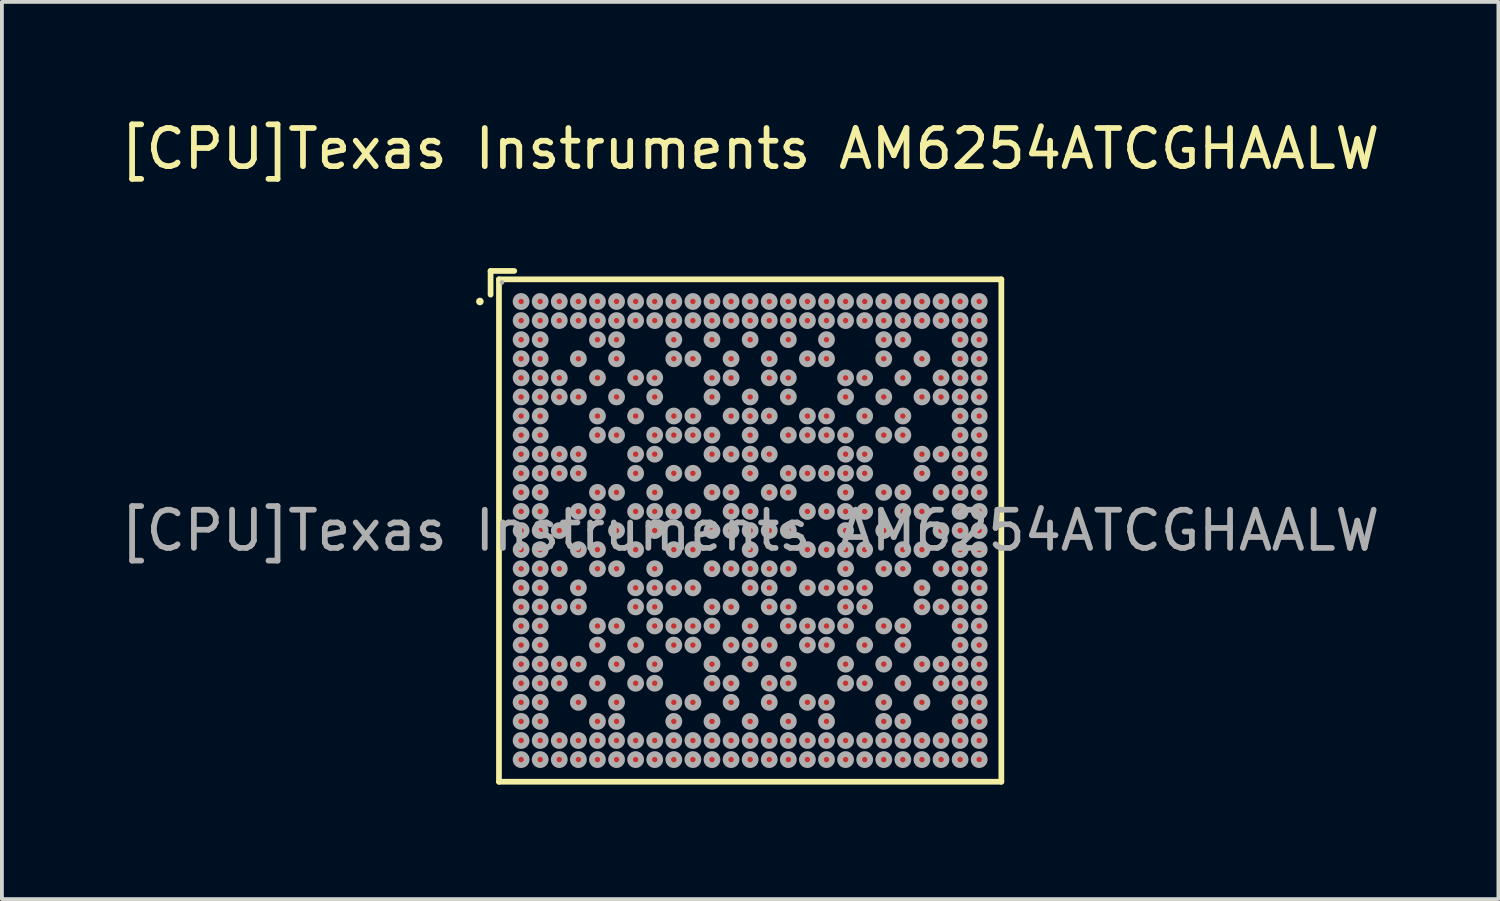
<source format=kicad_pcb>
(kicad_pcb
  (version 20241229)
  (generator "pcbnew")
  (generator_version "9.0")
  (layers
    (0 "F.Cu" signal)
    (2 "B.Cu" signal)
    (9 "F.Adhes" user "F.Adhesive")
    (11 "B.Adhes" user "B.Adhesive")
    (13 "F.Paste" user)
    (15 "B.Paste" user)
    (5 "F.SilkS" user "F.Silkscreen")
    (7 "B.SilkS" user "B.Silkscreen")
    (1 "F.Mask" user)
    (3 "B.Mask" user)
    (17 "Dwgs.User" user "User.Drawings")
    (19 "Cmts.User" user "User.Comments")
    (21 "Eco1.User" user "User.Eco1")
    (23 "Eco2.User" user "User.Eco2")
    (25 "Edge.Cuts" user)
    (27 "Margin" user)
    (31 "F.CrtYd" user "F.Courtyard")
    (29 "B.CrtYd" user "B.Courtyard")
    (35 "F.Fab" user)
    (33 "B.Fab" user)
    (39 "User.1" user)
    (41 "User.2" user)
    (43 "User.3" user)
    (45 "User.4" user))
  (footprint "[CPU]Texas Instruments AM6254ATCGHAALW"
    (layer "F.Cu")
    (at 16.601 10.848)
    (property "Reference" "[CPU]Texas Instruments AM6254ATCGHAALW" (at 0 -10 0) (layer "F.SilkS") (effects (font (size 1 1) (thickness 0.15))))
    (attr smd)
    (fp_line (start -6.8 -6.8) (end -6.18 -6.8) (stroke (width 0.15) (type solid)) (layer "F.SilkS"))
    (fp_line (start -6.8 -6.18) (end -6.8 -6.8) (stroke (width 0.15) (type solid)) (layer "F.SilkS"))
    (fp_line (start -6.58 -6.58) (end 6.58 -6.58) (stroke (width 0.15) (type solid)) (layer "F.SilkS"))
    (fp_line (start -6.58 6.58) (end -6.58 -6.58) (stroke (width 0.15) (type solid)) (layer "F.SilkS"))
    (fp_line (start 6.58 -6.58) (end 6.58 6.58) (stroke (width 0.15) (type solid)) (layer "F.SilkS"))
    (fp_line (start 6.58 6.58) (end -6.58 6.58) (stroke (width 0.15) (type solid)) (layer "F.SilkS"))
    (fp_circle (center -7.08 -6) (end -7.03 -6) (stroke (width 0.1) (type solid)) (fill no) (layer "F.SilkS"))
    (fp_circle (center -6.5 -6.5) (end -6.47 -6.5) (stroke (width 0.06) (type solid)) (fill no) (layer "F.Fab"))
    (fp_circle (center -6 -6) (end -5.93 -6) (stroke (width 0.15) (type solid)) (fill no) (layer "F.Fab"))
    (fp_circle (center -6 -5.5) (end -5.93 -5.5) (stroke (width 0.15) (type solid)) (fill no) (layer "F.Fab"))
    (fp_circle (center -6 -5) (end -5.93 -5) (stroke (width 0.15) (type solid)) (fill no) (layer "F.Fab"))
    (fp_circle (center -6 -4.5) (end -5.93 -4.5) (stroke (width 0.15) (type solid)) (fill no) (layer "F.Fab"))
    (fp_circle (center -6 -4) (end -5.93 -4) (stroke (width 0.15) (type solid)) (fill no) (layer "F.Fab"))
    (fp_circle (center -6 -3.5) (end -5.93 -3.5) (stroke (width 0.15) (type solid)) (fill no) (layer "F.Fab"))
    (fp_circle (center -6 -3) (end -5.93 -3) (stroke (width 0.15) (type solid)) (fill no) (layer "F.Fab"))
    (fp_circle (center -6 -2.5) (end -5.93 -2.5) (stroke (width 0.15) (type solid)) (fill no) (layer "F.Fab"))
    (fp_circle (center -6 -2) (end -5.93 -2) (stroke (width 0.15) (type solid)) (fill no) (layer "F.Fab"))
    (fp_circle (center -6 -1.5) (end -5.93 -1.5) (stroke (width 0.15) (type solid)) (fill no) (layer "F.Fab"))
    (fp_circle (center -6 -1) (end -5.93 -1) (stroke (width 0.15) (type solid)) (fill no) (layer "F.Fab"))
    (fp_circle (center -6 -0.5) (end -5.93 -0.5) (stroke (width 0.15) (type solid)) (fill no) (layer "F.Fab"))
    (fp_circle (center -6 0) (end -5.93 0) (stroke (width 0.15) (type solid)) (fill no) (layer "F.Fab"))
    (fp_circle (center -6 0.5) (end -5.93 0.5) (stroke (width 0.15) (type solid)) (fill no) (layer "F.Fab"))
    (fp_circle (center -6 1) (end -5.93 1) (stroke (width 0.15) (type solid)) (fill no) (layer "F.Fab"))
    (fp_circle (center -6 1.5) (end -5.93 1.5) (stroke (width 0.15) (type solid)) (fill no) (layer "F.Fab"))
    (fp_circle (center -6 2) (end -5.93 2) (stroke (width 0.15) (type solid)) (fill no) (layer "F.Fab"))
    (fp_circle (center -6 2.5) (end -5.93 2.5) (stroke (width 0.15) (type solid)) (fill no) (layer "F.Fab"))
    (fp_circle (center -6 3) (end -5.93 3) (stroke (width 0.15) (type solid)) (fill no) (layer "F.Fab"))
    (fp_circle (center -6 3.5) (end -5.93 3.5) (stroke (width 0.15) (type solid)) (fill no) (layer "F.Fab"))
    (fp_circle (center -6 4) (end -5.93 4) (stroke (width 0.15) (type solid)) (fill no) (layer "F.Fab"))
    (fp_circle (center -6 4.5) (end -5.93 4.5) (stroke (width 0.15) (type solid)) (fill no) (layer "F.Fab"))
    (fp_circle (center -6 5) (end -5.93 5) (stroke (width 0.15) (type solid)) (fill no) (layer "F.Fab"))
    (fp_circle (center -6 5.5) (end -5.93 5.5) (stroke (width 0.15) (type solid)) (fill no) (layer "F.Fab"))
    (fp_circle (center -6 6) (end -5.93 6) (stroke (width 0.15) (type solid)) (fill no) (layer "F.Fab"))
    (fp_circle (center -5.5 -6) (end -5.43 -6) (stroke (width 0.15) (type solid)) (fill no) (layer "F.Fab"))
    (fp_circle (center -5.5 -5.5) (end -5.43 -5.5) (stroke (width 0.15) (type solid)) (fill no) (layer "F.Fab"))
    (fp_circle (center -5.5 -5) (end -5.43 -5) (stroke (width 0.15) (type solid)) (fill no) (layer "F.Fab"))
    (fp_circle (center -5.5 -4.5) (end -5.43 -4.5) (stroke (width 0.15) (type solid)) (fill no) (layer "F.Fab"))
    (fp_circle (center -5.5 -4) (end -5.43 -4) (stroke (width 0.15) (type solid)) (fill no) (layer "F.Fab"))
    (fp_circle (center -5.5 -3.5) (end -5.43 -3.5) (stroke (width 0.15) (type solid)) (fill no) (layer "F.Fab"))
    (fp_circle (center -5.5 -3) (end -5.43 -3) (stroke (width 0.15) (type solid)) (fill no) (layer "F.Fab"))
    (fp_circle (center -5.5 -2.5) (end -5.43 -2.5) (stroke (width 0.15) (type solid)) (fill no) (layer "F.Fab"))
    (fp_circle (center -5.5 -2) (end -5.43 -2) (stroke (width 0.15) (type solid)) (fill no) (layer "F.Fab"))
    (fp_circle (center -5.5 -1.5) (end -5.43 -1.5) (stroke (width 0.15) (type solid)) (fill no) (layer "F.Fab"))
    (fp_circle (center -5.5 -1) (end -5.43 -1) (stroke (width 0.15) (type solid)) (fill no) (layer "F.Fab"))
    (fp_circle (center -5.5 -0.5) (end -5.43 -0.5) (stroke (width 0.15) (type solid)) (fill no) (layer "F.Fab"))
    (fp_circle (center -5.5 0) (end -5.43 0) (stroke (width 0.15) (type solid)) (fill no) (layer "F.Fab"))
    (fp_circle (center -5.5 0.5) (end -5.43 0.5) (stroke (width 0.15) (type solid)) (fill no) (layer "F.Fab"))
    (fp_circle (center -5.5 1) (end -5.43 1) (stroke (width 0.15) (type solid)) (fill no) (layer "F.Fab"))
    (fp_circle (center -5.5 1.5) (end -5.43 1.5) (stroke (width 0.15) (type solid)) (fill no) (layer "F.Fab"))
    (fp_circle (center -5.5 2) (end -5.43 2) (stroke (width 0.15) (type solid)) (fill no) (layer "F.Fab"))
    (fp_circle (center -5.5 2.5) (end -5.43 2.5) (stroke (width 0.15) (type solid)) (fill no) (layer "F.Fab"))
    (fp_circle (center -5.5 3) (end -5.43 3) (stroke (width 0.15) (type solid)) (fill no) (layer "F.Fab"))
    (fp_circle (center -5.5 3.5) (end -5.43 3.5) (stroke (width 0.15) (type solid)) (fill no) (layer "F.Fab"))
    (fp_circle (center -5.5 4) (end -5.43 4) (stroke (width 0.15) (type solid)) (fill no) (layer "F.Fab"))
    (fp_circle (center -5.5 4.5) (end -5.43 4.5) (stroke (width 0.15) (type solid)) (fill no) (layer "F.Fab"))
    (fp_circle (center -5.5 5) (end -5.43 5) (stroke (width 0.15) (type solid)) (fill no) (layer "F.Fab"))
    (fp_circle (center -5.5 5.5) (end -5.43 5.5) (stroke (width 0.15) (type solid)) (fill no) (layer "F.Fab"))
    (fp_circle (center -5.5 6) (end -5.43 6) (stroke (width 0.15) (type solid)) (fill no) (layer "F.Fab"))
    (fp_circle (center -5 -6) (end -4.93 -6) (stroke (width 0.15) (type solid)) (fill no) (layer "F.Fab"))
    (fp_circle (center -5 -5.5) (end -4.93 -5.5) (stroke (width 0.15) (type solid)) (fill no) (layer "F.Fab"))
    (fp_circle (center -5 -4) (end -4.93 -4) (stroke (width 0.15) (type solid)) (fill no) (layer "F.Fab"))
    (fp_circle (center -5 -3.5) (end -4.93 -3.5) (stroke (width 0.15) (type solid)) (fill no) (layer "F.Fab"))
    (fp_circle (center -5 -2) (end -4.93 -2) (stroke (width 0.15) (type solid)) (fill no) (layer "F.Fab"))
    (fp_circle (center -5 -1.5) (end -4.93 -1.5) (stroke (width 0.15) (type solid)) (fill no) (layer "F.Fab"))
    (fp_circle (center -5 0) (end -4.93 0) (stroke (width 0.15) (type solid)) (fill no) (layer "F.Fab"))
    (fp_circle (center -5 1) (end -4.93 1) (stroke (width 0.15) (type solid)) (fill no) (layer "F.Fab"))
    (fp_circle (center -5 2) (end -4.93 2) (stroke (width 0.15) (type solid)) (fill no) (layer "F.Fab"))
    (fp_circle (center -5 3.5) (end -4.93 3.5) (stroke (width 0.15) (type solid)) (fill no) (layer "F.Fab"))
    (fp_circle (center -5 4) (end -4.93 4) (stroke (width 0.15) (type solid)) (fill no) (layer "F.Fab"))
    (fp_circle (center -5 5.5) (end -4.93 5.5) (stroke (width 0.15) (type solid)) (fill no) (layer "F.Fab"))
    (fp_circle (center -5 6) (end -4.93 6) (stroke (width 0.15) (type solid)) (fill no) (layer "F.Fab"))
    (fp_circle (center -4.5 -6) (end -4.43 -6) (stroke (width 0.15) (type solid)) (fill no) (layer "F.Fab"))
    (fp_circle (center -4.5 -5.5) (end -4.43 -5.5) (stroke (width 0.15) (type solid)) (fill no) (layer "F.Fab"))
    (fp_circle (center -4.5 -4.5) (end -4.43 -4.5) (stroke (width 0.15) (type solid)) (fill no) (layer "F.Fab"))
    (fp_circle (center -4.5 -3.5) (end -4.43 -3.5) (stroke (width 0.15) (type solid)) (fill no) (layer "F.Fab"))
    (fp_circle (center -4.5 -2) (end -4.43 -2) (stroke (width 0.15) (type solid)) (fill no) (layer "F.Fab"))
    (fp_circle (center -4.5 -1.5) (end -4.43 -1.5) (stroke (width 0.15) (type solid)) (fill no) (layer "F.Fab"))
    (fp_circle (center -4.5 -0.5) (end -4.43 -0.5) (stroke (width 0.15) (type solid)) (fill no) (layer "F.Fab"))
    (fp_circle (center -4.5 0.5) (end -4.43 0.5) (stroke (width 0.15) (type solid)) (fill no) (layer "F.Fab"))
    (fp_circle (center -4.5 1.5) (end -4.43 1.5) (stroke (width 0.15) (type solid)) (fill no) (layer "F.Fab"))
    (fp_circle (center -4.5 2) (end -4.43 2) (stroke (width 0.15) (type solid)) (fill no) (layer "F.Fab"))
    (fp_circle (center -4.5 3.5) (end -4.43 3.5) (stroke (width 0.15) (type solid)) (fill no) (layer "F.Fab"))
    (fp_circle (center -4.5 4.5) (end -4.43 4.5) (stroke (width 0.15) (type solid)) (fill no) (layer "F.Fab"))
    (fp_circle (center -4.5 5.5) (end -4.43 5.5) (stroke (width 0.15) (type solid)) (fill no) (layer "F.Fab"))
    (fp_circle (center -4.5 6) (end -4.43 6) (stroke (width 0.15) (type solid)) (fill no) (layer "F.Fab"))
    (fp_circle (center -4 -6) (end -3.93 -6) (stroke (width 0.15) (type solid)) (fill no) (layer "F.Fab"))
    (fp_circle (center -4 -5.5) (end -3.93 -5.5) (stroke (width 0.15) (type solid)) (fill no) (layer "F.Fab"))
    (fp_circle (center -4 -5) (end -3.93 -5) (stroke (width 0.15) (type solid)) (fill no) (layer "F.Fab"))
    (fp_circle (center -4 -4) (end -3.93 -4) (stroke (width 0.15) (type solid)) (fill no) (layer "F.Fab"))
    (fp_circle (center -4 -3) (end -3.93 -3) (stroke (width 0.15) (type solid)) (fill no) (layer "F.Fab"))
    (fp_circle (center -4 -2.5) (end -3.93 -2.5) (stroke (width 0.15) (type solid)) (fill no) (layer "F.Fab"))
    (fp_circle (center -4 -1) (end -3.93 -1) (stroke (width 0.15) (type solid)) (fill no) (layer "F.Fab"))
    (fp_circle (center -4 -0.5) (end -3.93 -0.5) (stroke (width 0.15) (type solid)) (fill no) (layer "F.Fab"))
    (fp_circle (center -4 0.5) (end -3.93 0.5) (stroke (width 0.15) (type solid)) (fill no) (layer "F.Fab"))
    (fp_circle (center -4 1) (end -3.93 1) (stroke (width 0.15) (type solid)) (fill no) (layer "F.Fab"))
    (fp_circle (center -4 2.5) (end -3.93 2.5) (stroke (width 0.15) (type solid)) (fill no) (layer "F.Fab"))
    (fp_circle (center -4 3) (end -3.93 3) (stroke (width 0.15) (type solid)) (fill no) (layer "F.Fab"))
    (fp_circle (center -4 4) (end -3.93 4) (stroke (width 0.15) (type solid)) (fill no) (layer "F.Fab"))
    (fp_circle (center -4 5) (end -3.93 5) (stroke (width 0.15) (type solid)) (fill no) (layer "F.Fab"))
    (fp_circle (center -4 5.5) (end -3.93 5.5) (stroke (width 0.15) (type solid)) (fill no) (layer "F.Fab"))
    (fp_circle (center -4 6) (end -3.93 6) (stroke (width 0.15) (type solid)) (fill no) (layer "F.Fab"))
    (fp_circle (center -3.5 -6) (end -3.43 -6) (stroke (width 0.15) (type solid)) (fill no) (layer "F.Fab"))
    (fp_circle (center -3.5 -5.5) (end -3.43 -5.5) (stroke (width 0.15) (type solid)) (fill no) (layer "F.Fab"))
    (fp_circle (center -3.5 -5) (end -3.43 -5) (stroke (width 0.15) (type solid)) (fill no) (layer "F.Fab"))
    (fp_circle (center -3.5 -4.5) (end -3.43 -4.5) (stroke (width 0.15) (type solid)) (fill no) (layer "F.Fab"))
    (fp_circle (center -3.5 -3.5) (end -3.43 -3.5) (stroke (width 0.15) (type solid)) (fill no) (layer "F.Fab"))
    (fp_circle (center -3.5 -2.5) (end -3.43 -2.5) (stroke (width 0.15) (type solid)) (fill no) (layer "F.Fab"))
    (fp_circle (center -3.5 -1) (end -3.43 -1) (stroke (width 0.15) (type solid)) (fill no) (layer "F.Fab"))
    (fp_circle (center -3.5 0) (end -3.43 0) (stroke (width 0.15) (type solid)) (fill no) (layer "F.Fab"))
    (fp_circle (center -3.5 1) (end -3.43 1) (stroke (width 0.15) (type solid)) (fill no) (layer "F.Fab"))
    (fp_circle (center -3.5 2.5) (end -3.43 2.5) (stroke (width 0.15) (type solid)) (fill no) (layer "F.Fab"))
    (fp_circle (center -3.5 3.5) (end -3.43 3.5) (stroke (width 0.15) (type solid)) (fill no) (layer "F.Fab"))
    (fp_circle (center -3.5 4.5) (end -3.43 4.5) (stroke (width 0.15) (type solid)) (fill no) (layer "F.Fab"))
    (fp_circle (center -3.5 5) (end -3.43 5) (stroke (width 0.15) (type solid)) (fill no) (layer "F.Fab"))
    (fp_circle (center -3.5 5.5) (end -3.43 5.5) (stroke (width 0.15) (type solid)) (fill no) (layer "F.Fab"))
    (fp_circle (center -3.5 6) (end -3.43 6) (stroke (width 0.15) (type solid)) (fill no) (layer "F.Fab"))
    (fp_circle (center -3 -6) (end -2.93 -6) (stroke (width 0.15) (type solid)) (fill no) (layer "F.Fab"))
    (fp_circle (center -3 -5.5) (end -2.93 -5.5) (stroke (width 0.15) (type solid)) (fill no) (layer "F.Fab"))
    (fp_circle (center -3 -4) (end -2.93 -4) (stroke (width 0.15) (type solid)) (fill no) (layer "F.Fab"))
    (fp_circle (center -3 -3) (end -2.93 -3) (stroke (width 0.15) (type solid)) (fill no) (layer "F.Fab"))
    (fp_circle (center -3 -2) (end -2.93 -2) (stroke (width 0.15) (type solid)) (fill no) (layer "F.Fab"))
    (fp_circle (center -3 -1.5) (end -2.93 -1.5) (stroke (width 0.15) (type solid)) (fill no) (layer "F.Fab"))
    (fp_circle (center -3 -0.5) (end -2.93 -0.5) (stroke (width 0.15) (type solid)) (fill no) (layer "F.Fab"))
    (fp_circle (center -3 0.5) (end -2.93 0.5) (stroke (width 0.15) (type solid)) (fill no) (layer "F.Fab"))
    (fp_circle (center -3 1.5) (end -2.93 1.5) (stroke (width 0.15) (type solid)) (fill no) (layer "F.Fab"))
    (fp_circle (center -3 2) (end -2.93 2) (stroke (width 0.15) (type solid)) (fill no) (layer "F.Fab"))
    (fp_circle (center -3 3) (end -2.93 3) (stroke (width 0.15) (type solid)) (fill no) (layer "F.Fab"))
    (fp_circle (center -3 4) (end -2.93 4) (stroke (width 0.15) (type solid)) (fill no) (layer "F.Fab"))
    (fp_circle (center -3 5.5) (end -2.93 5.5) (stroke (width 0.15) (type solid)) (fill no) (layer "F.Fab"))
    (fp_circle (center -3 6) (end -2.93 6) (stroke (width 0.15) (type solid)) (fill no) (layer "F.Fab"))
    (fp_circle (center -2.5 -6) (end -2.43 -6) (stroke (width 0.15) (type solid)) (fill no) (layer "F.Fab"))
    (fp_circle (center -2.5 -5.5) (end -2.43 -5.5) (stroke (width 0.15) (type solid)) (fill no) (layer "F.Fab"))
    (fp_circle (center -2.5 -4) (end -2.43 -4) (stroke (width 0.15) (type solid)) (fill no) (layer "F.Fab"))
    (fp_circle (center -2.5 -3.5) (end -2.43 -3.5) (stroke (width 0.15) (type solid)) (fill no) (layer "F.Fab"))
    (fp_circle (center -2.5 -2.5) (end -2.43 -2.5) (stroke (width 0.15) (type solid)) (fill no) (layer "F.Fab"))
    (fp_circle (center -2.5 -2) (end -2.43 -2) (stroke (width 0.15) (type solid)) (fill no) (layer "F.Fab"))
    (fp_circle (center -2.5 -1) (end -2.43 -1) (stroke (width 0.15) (type solid)) (fill no) (layer "F.Fab"))
    (fp_circle (center -2.5 -0.5) (end -2.43 -0.5) (stroke (width 0.15) (type solid)) (fill no) (layer "F.Fab"))
    (fp_circle (center -2.5 0) (end -2.43 0) (stroke (width 0.15) (type solid)) (fill no) (layer "F.Fab"))
    (fp_circle (center -2.5 1) (end -2.43 1) (stroke (width 0.15) (type solid)) (fill no) (layer "F.Fab"))
    (fp_circle (center -2.5 1.5) (end -2.43 1.5) (stroke (width 0.15) (type solid)) (fill no) (layer "F.Fab"))
    (fp_circle (center -2.5 2) (end -2.43 2) (stroke (width 0.15) (type solid)) (fill no) (layer "F.Fab"))
    (fp_circle (center -2.5 2.5) (end -2.43 2.5) (stroke (width 0.15) (type solid)) (fill no) (layer "F.Fab"))
    (fp_circle (center -2.5 3.5) (end -2.43 3.5) (stroke (width 0.15) (type solid)) (fill no) (layer "F.Fab"))
    (fp_circle (center -2.5 4) (end -2.43 4) (stroke (width 0.15) (type solid)) (fill no) (layer "F.Fab"))
    (fp_circle (center -2.5 5.5) (end -2.43 5.5) (stroke (width 0.15) (type solid)) (fill no) (layer "F.Fab"))
    (fp_circle (center -2.5 6) (end -2.43 6) (stroke (width 0.15) (type solid)) (fill no) (layer "F.Fab"))
    (fp_circle (center -2 -6) (end -1.93 -6) (stroke (width 0.15) (type solid)) (fill no) (layer "F.Fab"))
    (fp_circle (center -2 -5.5) (end -1.93 -5.5) (stroke (width 0.15) (type solid)) (fill no) (layer "F.Fab"))
    (fp_circle (center -2 -5) (end -1.93 -5) (stroke (width 0.15) (type solid)) (fill no) (layer "F.Fab"))
    (fp_circle (center -2 -4.5) (end -1.93 -4.5) (stroke (width 0.15) (type solid)) (fill no) (layer "F.Fab"))
    (fp_circle (center -2 -3) (end -1.93 -3) (stroke (width 0.15) (type solid)) (fill no) (layer "F.Fab"))
    (fp_circle (center -2 -2.5) (end -1.93 -2.5) (stroke (width 0.15) (type solid)) (fill no) (layer "F.Fab"))
    (fp_circle (center -2 -1.5) (end -1.93 -1.5) (stroke (width 0.15) (type solid)) (fill no) (layer "F.Fab"))
    (fp_circle (center -2 -0.5) (end -1.93 -0.5) (stroke (width 0.15) (type solid)) (fill no) (layer "F.Fab"))
    (fp_circle (center -2 0.5) (end -1.93 0.5) (stroke (width 0.15) (type solid)) (fill no) (layer "F.Fab"))
    (fp_circle (center -2 1.5) (end -1.93 1.5) (stroke (width 0.15) (type solid)) (fill no) (layer "F.Fab"))
    (fp_circle (center -2 2.5) (end -1.93 2.5) (stroke (width 0.15) (type solid)) (fill no) (layer "F.Fab"))
    (fp_circle (center -2 3) (end -1.93 3) (stroke (width 0.15) (type solid)) (fill no) (layer "F.Fab"))
    (fp_circle (center -2 4.5) (end -1.93 4.5) (stroke (width 0.15) (type solid)) (fill no) (layer "F.Fab"))
    (fp_circle (center -2 5) (end -1.93 5) (stroke (width 0.15) (type solid)) (fill no) (layer "F.Fab"))
    (fp_circle (center -2 5.5) (end -1.93 5.5) (stroke (width 0.15) (type solid)) (fill no) (layer "F.Fab"))
    (fp_circle (center -2 6) (end -1.93 6) (stroke (width 0.15) (type solid)) (fill no) (layer "F.Fab"))
    (fp_circle (center -1.5 -6) (end -1.43 -6) (stroke (width 0.15) (type solid)) (fill no) (layer "F.Fab"))
    (fp_circle (center -1.5 -5.5) (end -1.43 -5.5) (stroke (width 0.15) (type solid)) (fill no) (layer "F.Fab"))
    (fp_circle (center -1.5 -4.5) (end -1.43 -4.5) (stroke (width 0.15) (type solid)) (fill no) (layer "F.Fab"))
    (fp_circle (center -1.5 -3) (end -1.43 -3) (stroke (width 0.15) (type solid)) (fill no) (layer "F.Fab"))
    (fp_circle (center -1.5 -2.5) (end -1.43 -2.5) (stroke (width 0.15) (type solid)) (fill no) (layer "F.Fab"))
    (fp_circle (center -1.5 -1.5) (end -1.43 -1.5) (stroke (width 0.15) (type solid)) (fill no) (layer "F.Fab"))
    (fp_circle (center -1.5 -0.5) (end -1.43 -0.5) (stroke (width 0.15) (type solid)) (fill no) (layer "F.Fab"))
    (fp_circle (center -1.5 0.5) (end -1.43 0.5) (stroke (width 0.15) (type solid)) (fill no) (layer "F.Fab"))
    (fp_circle (center -1.5 1.5) (end -1.43 1.5) (stroke (width 0.15) (type solid)) (fill no) (layer "F.Fab"))
    (fp_circle (center -1.5 2.5) (end -1.43 2.5) (stroke (width 0.15) (type solid)) (fill no) (layer "F.Fab"))
    (fp_circle (center -1.5 3) (end -1.43 3) (stroke (width 0.15) (type solid)) (fill no) (layer "F.Fab"))
    (fp_circle (center -1.5 4.5) (end -1.43 4.5) (stroke (width 0.15) (type solid)) (fill no) (layer "F.Fab"))
    (fp_circle (center -1.5 5.5) (end -1.43 5.5) (stroke (width 0.15) (type solid)) (fill no) (layer "F.Fab"))
    (fp_circle (center -1.5 6) (end -1.43 6) (stroke (width 0.15) (type solid)) (fill no) (layer "F.Fab"))
    (fp_circle (center -1 -6) (end -0.93 -6) (stroke (width 0.15) (type solid)) (fill no) (layer "F.Fab"))
    (fp_circle (center -1 -5.5) (end -0.93 -5.5) (stroke (width 0.15) (type solid)) (fill no) (layer "F.Fab"))
    (fp_circle (center -1 -5) (end -0.93 -5) (stroke (width 0.15) (type solid)) (fill no) (layer "F.Fab"))
    (fp_circle (center -1 -4) (end -0.93 -4) (stroke (width 0.15) (type solid)) (fill no) (layer "F.Fab"))
    (fp_circle (center -1 -3.5) (end -0.93 -3.5) (stroke (width 0.15) (type solid)) (fill no) (layer "F.Fab"))
    (fp_circle (center -1 -2.5) (end -0.93 -2.5) (stroke (width 0.15) (type solid)) (fill no) (layer "F.Fab"))
    (fp_circle (center -1 -2) (end -0.93 -2) (stroke (width 0.15) (type solid)) (fill no) (layer "F.Fab"))
    (fp_circle (center -1 -1) (end -0.93 -1) (stroke (width 0.15) (type solid)) (fill no) (layer "F.Fab"))
    (fp_circle (center -1 0) (end -0.93 0) (stroke (width 0.15) (type solid)) (fill no) (layer "F.Fab"))
    (fp_circle (center -1 1) (end -0.93 1) (stroke (width 0.15) (type solid)) (fill no) (layer "F.Fab"))
    (fp_circle (center -1 2) (end -0.93 2) (stroke (width 0.15) (type solid)) (fill no) (layer "F.Fab"))
    (fp_circle (center -1 2.5) (end -0.93 2.5) (stroke (width 0.15) (type solid)) (fill no) (layer "F.Fab"))
    (fp_circle (center -1 3.5) (end -0.93 3.5) (stroke (width 0.15) (type solid)) (fill no) (layer "F.Fab"))
    (fp_circle (center -1 4) (end -0.93 4) (stroke (width 0.15) (type solid)) (fill no) (layer "F.Fab"))
    (fp_circle (center -1 5) (end -0.93 5) (stroke (width 0.15) (type solid)) (fill no) (layer "F.Fab"))
    (fp_circle (center -1 5.5) (end -0.93 5.5) (stroke (width 0.15) (type solid)) (fill no) (layer "F.Fab"))
    (fp_circle (center -1 6) (end -0.93 6) (stroke (width 0.15) (type solid)) (fill no) (layer "F.Fab"))
    (fp_circle (center -0.5 -6) (end -0.43 -6) (stroke (width 0.15) (type solid)) (fill no) (layer "F.Fab"))
    (fp_circle (center -0.5 -5.5) (end -0.43 -5.5) (stroke (width 0.15) (type solid)) (fill no) (layer "F.Fab"))
    (fp_circle (center -0.5 -4.5) (end -0.43 -4.5) (stroke (width 0.15) (type solid)) (fill no) (layer "F.Fab"))
    (fp_circle (center -0.5 -4) (end -0.43 -4) (stroke (width 0.15) (type solid)) (fill no) (layer "F.Fab"))
    (fp_circle (center -0.5 -3) (end -0.43 -3) (stroke (width 0.15) (type solid)) (fill no) (layer "F.Fab"))
    (fp_circle (center -0.5 -2) (end -0.43 -2) (stroke (width 0.15) (type solid)) (fill no) (layer "F.Fab"))
    (fp_circle (center -0.5 -1) (end -0.43 -1) (stroke (width 0.15) (type solid)) (fill no) (layer "F.Fab"))
    (fp_circle (center -0.5 -0.5) (end -0.43 -0.5) (stroke (width 0.15) (type solid)) (fill no) (layer "F.Fab"))
    (fp_circle (center -0.5 0) (end -0.43 0) (stroke (width 0.15) (type solid)) (fill no) (layer "F.Fab"))
    (fp_circle (center -0.5 1) (end -0.43 1) (stroke (width 0.15) (type solid)) (fill no) (layer "F.Fab"))
    (fp_circle (center -0.5 2) (end -0.43 2) (stroke (width 0.15) (type solid)) (fill no) (layer "F.Fab"))
    (fp_circle (center -0.5 3) (end -0.43 3) (stroke (width 0.15) (type solid)) (fill no) (layer "F.Fab"))
    (fp_circle (center -0.5 4) (end -0.43 4) (stroke (width 0.15) (type solid)) (fill no) (layer "F.Fab"))
    (fp_circle (center -0.5 4.5) (end -0.43 4.5) (stroke (width 0.15) (type solid)) (fill no) (layer "F.Fab"))
    (fp_circle (center -0.5 5.5) (end -0.43 5.5) (stroke (width 0.15) (type solid)) (fill no) (layer "F.Fab"))
    (fp_circle (center -0.5 6) (end -0.43 6) (stroke (width 0.15) (type solid)) (fill no) (layer "F.Fab"))
    (fp_circle (center 0 -6) (end 0.07 -6) (stroke (width 0.15) (type solid)) (fill no) (layer "F.Fab"))
    (fp_circle (center 0 -5.5) (end 0.07 -5.5) (stroke (width 0.15) (type solid)) (fill no) (layer "F.Fab"))
    (fp_circle (center 0 -5) (end 0.07 -5) (stroke (width 0.15) (type solid)) (fill no) (layer "F.Fab"))
    (fp_circle (center 0 -3.5) (end 0.07 -3.5) (stroke (width 0.15) (type solid)) (fill no) (layer "F.Fab"))
    (fp_circle (center 0 -3) (end 0.07 -3) (stroke (width 0.15) (type solid)) (fill no) (layer "F.Fab"))
    (fp_circle (center 0 -2.5) (end 0.07 -2.5) (stroke (width 0.15) (type solid)) (fill no) (layer "F.Fab"))
    (fp_circle (center 0 -2) (end 0.07 -2) (stroke (width 0.15) (type solid)) (fill no) (layer "F.Fab"))
    (fp_circle (center 0 -1.5) (end 0.07 -1.5) (stroke (width 0.15) (type solid)) (fill no) (layer "F.Fab"))
    (fp_circle (center 0 -0.5) (end 0.07 -0.5) (stroke (width 0.15) (type solid)) (fill no) (layer "F.Fab"))
    (fp_circle (center 0 0) (end 0.07 0) (stroke (width 0.15) (type solid)) (fill no) (layer "F.Fab"))
    (fp_circle (center 0 0.5) (end 0.07 0.5) (stroke (width 0.15) (type solid)) (fill no) (layer "F.Fab"))
    (fp_circle (center 0 1) (end 0.07 1) (stroke (width 0.15) (type solid)) (fill no) (layer "F.Fab"))
    (fp_circle (center 0 1.5) (end 0.07 1.5) (stroke (width 0.15) (type solid)) (fill no) (layer "F.Fab"))
    (fp_circle (center 0 2.5) (end 0.07 2.5) (stroke (width 0.15) (type solid)) (fill no) (layer "F.Fab"))
    (fp_circle (center 0 3) (end 0.07 3) (stroke (width 0.15) (type solid)) (fill no) (layer "F.Fab"))
    (fp_circle (center 0 3.5) (end 0.07 3.5) (stroke (width 0.15) (type solid)) (fill no) (layer "F.Fab"))
    (fp_circle (center 0 5) (end 0.07 5) (stroke (width 0.15) (type solid)) (fill no) (layer "F.Fab"))
    (fp_circle (center 0 5.5) (end 0.07 5.5) (stroke (width 0.15) (type solid)) (fill no) (layer "F.Fab"))
    (fp_circle (center 0 6) (end 0.07 6) (stroke (width 0.15) (type solid)) (fill no) (layer "F.Fab"))
    (fp_circle (center 0.5 -6) (end 0.57 -6) (stroke (width 0.15) (type solid)) (fill no) (layer "F.Fab"))
    (fp_circle (center 0.5 -5.5) (end 0.57 -5.5) (stroke (width 0.15) (type solid)) (fill no) (layer "F.Fab"))
    (fp_circle (center 0.5 -4.5) (end 0.57 -4.5) (stroke (width 0.15) (type solid)) (fill no) (layer "F.Fab"))
    (fp_circle (center 0.5 -4) (end 0.57 -4) (stroke (width 0.15) (type solid)) (fill no) (layer "F.Fab"))
    (fp_circle (center 0.5 -3) (end 0.57 -3) (stroke (width 0.15) (type solid)) (fill no) (layer "F.Fab"))
    (fp_circle (center 0.5 -2) (end 0.57 -2) (stroke (width 0.15) (type solid)) (fill no) (layer "F.Fab"))
    (fp_circle (center 0.5 -1) (end 0.57 -1) (stroke (width 0.15) (type solid)) (fill no) (layer "F.Fab"))
    (fp_circle (center 0.5 0) (end 0.57 0) (stroke (width 0.15) (type solid)) (fill no) (layer "F.Fab"))
    (fp_circle (center 0.5 1) (end 0.57 1) (stroke (width 0.15) (type solid)) (fill no) (layer "F.Fab"))
    (fp_circle (center 0.5 1.5) (end 0.57 1.5) (stroke (width 0.15) (type solid)) (fill no) (layer "F.Fab"))
    (fp_circle (center 0.5 2) (end 0.57 2) (stroke (width 0.15) (type solid)) (fill no) (layer "F.Fab"))
    (fp_circle (center 0.5 3) (end 0.57 3) (stroke (width 0.15) (type solid)) (fill no) (layer "F.Fab"))
    (fp_circle (center 0.5 4) (end 0.57 4) (stroke (width 0.15) (type solid)) (fill no) (layer "F.Fab"))
    (fp_circle (center 0.5 4.5) (end 0.57 4.5) (stroke (width 0.15) (type solid)) (fill no) (layer "F.Fab"))
    (fp_circle (center 0.5 5.5) (end 0.57 5.5) (stroke (width 0.15) (type solid)) (fill no) (layer "F.Fab"))
    (fp_circle (center 0.5 6) (end 0.57 6) (stroke (width 0.15) (type solid)) (fill no) (layer "F.Fab"))
    (fp_circle (center 1 -6) (end 1.07 -6) (stroke (width 0.15) (type solid)) (fill no) (layer "F.Fab"))
    (fp_circle (center 1 -5.5) (end 1.07 -5.5) (stroke (width 0.15) (type solid)) (fill no) (layer "F.Fab"))
    (fp_circle (center 1 -5) (end 1.07 -5) (stroke (width 0.15) (type solid)) (fill no) (layer "F.Fab"))
    (fp_circle (center 1 -4) (end 1.07 -4) (stroke (width 0.15) (type solid)) (fill no) (layer "F.Fab"))
    (fp_circle (center 1 -3.5) (end 1.07 -3.5) (stroke (width 0.15) (type solid)) (fill no) (layer "F.Fab"))
    (fp_circle (center 1 -2.5) (end 1.07 -2.5) (stroke (width 0.15) (type solid)) (fill no) (layer "F.Fab"))
    (fp_circle (center 1 -1.5) (end 1.07 -1.5) (stroke (width 0.15) (type solid)) (fill no) (layer "F.Fab"))
    (fp_circle (center 1 -1) (end 1.07 -1) (stroke (width 0.15) (type solid)) (fill no) (layer "F.Fab"))
    (fp_circle (center 1 0) (end 1.07 0) (stroke (width 0.15) (type solid)) (fill no) (layer "F.Fab"))
    (fp_circle (center 1 1) (end 1.07 1) (stroke (width 0.15) (type solid)) (fill no) (layer "F.Fab"))
    (fp_circle (center 1 2) (end 1.07 2) (stroke (width 0.15) (type solid)) (fill no) (layer "F.Fab"))
    (fp_circle (center 1 2.5) (end 1.07 2.5) (stroke (width 0.15) (type solid)) (fill no) (layer "F.Fab"))
    (fp_circle (center 1 3.5) (end 1.07 3.5) (stroke (width 0.15) (type solid)) (fill no) (layer "F.Fab"))
    (fp_circle (center 1 4) (end 1.07 4) (stroke (width 0.15) (type solid)) (fill no) (layer "F.Fab"))
    (fp_circle (center 1 5) (end 1.07 5) (stroke (width 0.15) (type solid)) (fill no) (layer "F.Fab"))
    (fp_circle (center 1 5.5) (end 1.07 5.5) (stroke (width 0.15) (type solid)) (fill no) (layer "F.Fab"))
    (fp_circle (center 1 6) (end 1.07 6) (stroke (width 0.15) (type solid)) (fill no) (layer "F.Fab"))
    (fp_circle (center 1.5 -6) (end 1.57 -6) (stroke (width 0.15) (type solid)) (fill no) (layer "F.Fab"))
    (fp_circle (center 1.5 -5.5) (end 1.57 -5.5) (stroke (width 0.15) (type solid)) (fill no) (layer "F.Fab"))
    (fp_circle (center 1.5 -4.5) (end 1.57 -4.5) (stroke (width 0.15) (type solid)) (fill no) (layer "F.Fab"))
    (fp_circle (center 1.5 -3) (end 1.57 -3) (stroke (width 0.15) (type solid)) (fill no) (layer "F.Fab"))
    (fp_circle (center 1.5 -2.5) (end 1.57 -2.5) (stroke (width 0.15) (type solid)) (fill no) (layer "F.Fab"))
    (fp_circle (center 1.5 -1.5) (end 1.57 -1.5) (stroke (width 0.15) (type solid)) (fill no) (layer "F.Fab"))
    (fp_circle (center 1.5 -0.5) (end 1.57 -0.5) (stroke (width 0.15) (type solid)) (fill no) (layer "F.Fab"))
    (fp_circle (center 1.5 0.5) (end 1.57 0.5) (stroke (width 0.15) (type solid)) (fill no) (layer "F.Fab"))
    (fp_circle (center 1.5 1.5) (end 1.57 1.5) (stroke (width 0.15) (type solid)) (fill no) (layer "F.Fab"))
    (fp_circle (center 1.5 2.5) (end 1.57 2.5) (stroke (width 0.15) (type solid)) (fill no) (layer "F.Fab"))
    (fp_circle (center 1.5 3) (end 1.57 3) (stroke (width 0.15) (type solid)) (fill no) (layer "F.Fab"))
    (fp_circle (center 1.5 4.5) (end 1.57 4.5) (stroke (width 0.15) (type solid)) (fill no) (layer "F.Fab"))
    (fp_circle (center 1.5 5.5) (end 1.57 5.5) (stroke (width 0.15) (type solid)) (fill no) (layer "F.Fab"))
    (fp_circle (center 1.5 6) (end 1.57 6) (stroke (width 0.15) (type solid)) (fill no) (layer "F.Fab"))
    (fp_circle (center 2 -6) (end 2.07 -6) (stroke (width 0.15) (type solid)) (fill no) (layer "F.Fab"))
    (fp_circle (center 2 -5.5) (end 2.07 -5.5) (stroke (width 0.15) (type solid)) (fill no) (layer "F.Fab"))
    (fp_circle (center 2 -5) (end 2.07 -5) (stroke (width 0.15) (type solid)) (fill no) (layer "F.Fab"))
    (fp_circle (center 2 -4.5) (end 2.07 -4.5) (stroke (width 0.15) (type solid)) (fill no) (layer "F.Fab"))
    (fp_circle (center 2 -3) (end 2.07 -3) (stroke (width 0.15) (type solid)) (fill no) (layer "F.Fab"))
    (fp_circle (center 2 -2.5) (end 2.07 -2.5) (stroke (width 0.15) (type solid)) (fill no) (layer "F.Fab"))
    (fp_circle (center 2 -1.5) (end 2.07 -1.5) (stroke (width 0.15) (type solid)) (fill no) (layer "F.Fab"))
    (fp_circle (center 2 -0.5) (end 2.07 -0.5) (stroke (width 0.15) (type solid)) (fill no) (layer "F.Fab"))
    (fp_circle (center 2 0.5) (end 2.07 0.5) (stroke (width 0.15) (type solid)) (fill no) (layer "F.Fab"))
    (fp_circle (center 2 1.5) (end 2.07 1.5) (stroke (width 0.15) (type solid)) (fill no) (layer "F.Fab"))
    (fp_circle (center 2 2.5) (end 2.07 2.5) (stroke (width 0.15) (type solid)) (fill no) (layer "F.Fab"))
    (fp_circle (center 2 3) (end 2.07 3) (stroke (width 0.15) (type solid)) (fill no) (layer "F.Fab"))
    (fp_circle (center 2 4.5) (end 2.07 4.5) (stroke (width 0.15) (type solid)) (fill no) (layer "F.Fab"))
    (fp_circle (center 2 5) (end 2.07 5) (stroke (width 0.15) (type solid)) (fill no) (layer "F.Fab"))
    (fp_circle (center 2 5.5) (end 2.07 5.5) (stroke (width 0.15) (type solid)) (fill no) (layer "F.Fab"))
    (fp_circle (center 2 6) (end 2.07 6) (stroke (width 0.15) (type solid)) (fill no) (layer "F.Fab"))
    (fp_circle (center 2.5 -6) (end 2.57 -6) (stroke (width 0.15) (type solid)) (fill no) (layer "F.Fab"))
    (fp_circle (center 2.5 -5.5) (end 2.57 -5.5) (stroke (width 0.15) (type solid)) (fill no) (layer "F.Fab"))
    (fp_circle (center 2.5 -4) (end 2.57 -4) (stroke (width 0.15) (type solid)) (fill no) (layer "F.Fab"))
    (fp_circle (center 2.5 -3.5) (end 2.57 -3.5) (stroke (width 0.15) (type solid)) (fill no) (layer "F.Fab"))
    (fp_circle (center 2.5 -2.5) (end 2.57 -2.5) (stroke (width 0.15) (type solid)) (fill no) (layer "F.Fab"))
    (fp_circle (center 2.5 -2) (end 2.57 -2) (stroke (width 0.15) (type solid)) (fill no) (layer "F.Fab"))
    (fp_circle (center 2.5 -1.5) (end 2.57 -1.5) (stroke (width 0.15) (type solid)) (fill no) (layer "F.Fab"))
    (fp_circle (center 2.5 -1) (end 2.57 -1) (stroke (width 0.15) (type solid)) (fill no) (layer "F.Fab"))
    (fp_circle (center 2.5 -0.5) (end 2.57 -0.5) (stroke (width 0.15) (type solid)) (fill no) (layer "F.Fab"))
    (fp_circle (center 2.5 0) (end 2.57 0) (stroke (width 0.15) (type solid)) (fill no) (layer "F.Fab"))
    (fp_circle (center 2.5 0.5) (end 2.57 0.5) (stroke (width 0.15) (type solid)) (fill no) (layer "F.Fab"))
    (fp_circle (center 2.5 1) (end 2.57 1) (stroke (width 0.15) (type solid)) (fill no) (layer "F.Fab"))
    (fp_circle (center 2.5 1.5) (end 2.57 1.5) (stroke (width 0.15) (type solid)) (fill no) (layer "F.Fab"))
    (fp_circle (center 2.5 2) (end 2.57 2) (stroke (width 0.15) (type solid)) (fill no) (layer "F.Fab"))
    (fp_circle (center 2.5 2.5) (end 2.57 2.5) (stroke (width 0.15) (type solid)) (fill no) (layer "F.Fab"))
    (fp_circle (center 2.5 3.5) (end 2.57 3.5) (stroke (width 0.15) (type solid)) (fill no) (layer "F.Fab"))
    (fp_circle (center 2.5 4) (end 2.57 4) (stroke (width 0.15) (type solid)) (fill no) (layer "F.Fab"))
    (fp_circle (center 2.5 5.5) (end 2.57 5.5) (stroke (width 0.15) (type solid)) (fill no) (layer "F.Fab"))
    (fp_circle (center 2.5 6) (end 2.57 6) (stroke (width 0.15) (type solid)) (fill no) (layer "F.Fab"))
    (fp_circle (center 3 -6) (end 3.07 -6) (stroke (width 0.15) (type solid)) (fill no) (layer "F.Fab"))
    (fp_circle (center 3 -5.5) (end 3.07 -5.5) (stroke (width 0.15) (type solid)) (fill no) (layer "F.Fab"))
    (fp_circle (center 3 -4) (end 3.07 -4) (stroke (width 0.15) (type solid)) (fill no) (layer "F.Fab"))
    (fp_circle (center 3 -3) (end 3.07 -3) (stroke (width 0.15) (type solid)) (fill no) (layer "F.Fab"))
    (fp_circle (center 3 -2) (end 3.07 -2) (stroke (width 0.15) (type solid)) (fill no) (layer "F.Fab"))
    (fp_circle (center 3 -1.5) (end 3.07 -1.5) (stroke (width 0.15) (type solid)) (fill no) (layer "F.Fab"))
    (fp_circle (center 3 -0.5) (end 3.07 -0.5) (stroke (width 0.15) (type solid)) (fill no) (layer "F.Fab"))
    (fp_circle (center 3 0.5) (end 3.07 0.5) (stroke (width 0.15) (type solid)) (fill no) (layer "F.Fab"))
    (fp_circle (center 3 1.5) (end 3.07 1.5) (stroke (width 0.15) (type solid)) (fill no) (layer "F.Fab"))
    (fp_circle (center 3 2) (end 3.07 2) (stroke (width 0.15) (type solid)) (fill no) (layer "F.Fab"))
    (fp_circle (center 3 3) (end 3.07 3) (stroke (width 0.15) (type solid)) (fill no) (layer "F.Fab"))
    (fp_circle (center 3 4) (end 3.07 4) (stroke (width 0.15) (type solid)) (fill no) (layer "F.Fab"))
    (fp_circle (center 3 5.5) (end 3.07 5.5) (stroke (width 0.15) (type solid)) (fill no) (layer "F.Fab"))
    (fp_circle (center 3 6) (end 3.07 6) (stroke (width 0.15) (type solid)) (fill no) (layer "F.Fab"))
    (fp_circle (center 3.5 -6) (end 3.57 -6) (stroke (width 0.15) (type solid)) (fill no) (layer "F.Fab"))
    (fp_circle (center 3.5 -5.5) (end 3.57 -5.5) (stroke (width 0.15) (type solid)) (fill no) (layer "F.Fab"))
    (fp_circle (center 3.5 -5) (end 3.57 -5) (stroke (width 0.15) (type solid)) (fill no) (layer "F.Fab"))
    (fp_circle (center 3.5 -4.5) (end 3.57 -4.5) (stroke (width 0.15) (type solid)) (fill no) (layer "F.Fab"))
    (fp_circle (center 3.5 -3.5) (end 3.57 -3.5) (stroke (width 0.15) (type solid)) (fill no) (layer "F.Fab"))
    (fp_circle (center 3.5 -2.5) (end 3.57 -2.5) (stroke (width 0.15) (type solid)) (fill no) (layer "F.Fab"))
    (fp_circle (center 3.5 -1) (end 3.57 -1) (stroke (width 0.15) (type solid)) (fill no) (layer "F.Fab"))
    (fp_circle (center 3.5 0) (end 3.57 0) (stroke (width 0.15) (type solid)) (fill no) (layer "F.Fab"))
    (fp_circle (center 3.5 1) (end 3.57 1) (stroke (width 0.15) (type solid)) (fill no) (layer "F.Fab"))
    (fp_circle (center 3.5 2.5) (end 3.57 2.5) (stroke (width 0.15) (type solid)) (fill no) (layer "F.Fab"))
    (fp_circle (center 3.5 3.5) (end 3.57 3.5) (stroke (width 0.15) (type solid)) (fill no) (layer "F.Fab"))
    (fp_circle (center 3.5 4.5) (end 3.57 4.5) (stroke (width 0.15) (type solid)) (fill no) (layer "F.Fab"))
    (fp_circle (center 3.5 5) (end 3.57 5) (stroke (width 0.15) (type solid)) (fill no) (layer "F.Fab"))
    (fp_circle (center 3.5 5.5) (end 3.57 5.5) (stroke (width 0.15) (type solid)) (fill no) (layer "F.Fab"))
    (fp_circle (center 3.5 6) (end 3.57 6) (stroke (width 0.15) (type solid)) (fill no) (layer "F.Fab"))
    (fp_circle (center 4 -6) (end 4.07 -6) (stroke (width 0.15) (type solid)) (fill no) (layer "F.Fab"))
    (fp_circle (center 4 -5.5) (end 4.07 -5.5) (stroke (width 0.15) (type solid)) (fill no) (layer "F.Fab"))
    (fp_circle (center 4 -5) (end 4.07 -5) (stroke (width 0.15) (type solid)) (fill no) (layer "F.Fab"))
    (fp_circle (center 4 -4) (end 4.07 -4) (stroke (width 0.15) (type solid)) (fill no) (layer "F.Fab"))
    (fp_circle (center 4 -3) (end 4.07 -3) (stroke (width 0.15) (type solid)) (fill no) (layer "F.Fab"))
    (fp_circle (center 4 -2.5) (end 4.07 -2.5) (stroke (width 0.15) (type solid)) (fill no) (layer "F.Fab"))
    (fp_circle (center 4 -1) (end 4.07 -1) (stroke (width 0.15) (type solid)) (fill no) (layer "F.Fab"))
    (fp_circle (center 4 -0.5) (end 4.07 -0.5) (stroke (width 0.15) (type solid)) (fill no) (layer "F.Fab"))
    (fp_circle (center 4 0.5) (end 4.07 0.5) (stroke (width 0.15) (type solid)) (fill no) (layer "F.Fab"))
    (fp_circle (center 4 1) (end 4.07 1) (stroke (width 0.15) (type solid)) (fill no) (layer "F.Fab"))
    (fp_circle (center 4 2.5) (end 4.07 2.5) (stroke (width 0.15) (type solid)) (fill no) (layer "F.Fab"))
    (fp_circle (center 4 3) (end 4.07 3) (stroke (width 0.15) (type solid)) (fill no) (layer "F.Fab"))
    (fp_circle (center 4 4) (end 4.07 4) (stroke (width 0.15) (type solid)) (fill no) (layer "F.Fab"))
    (fp_circle (center 4 5) (end 4.07 5) (stroke (width 0.15) (type solid)) (fill no) (layer "F.Fab"))
    (fp_circle (center 4 5.5) (end 4.07 5.5) (stroke (width 0.15) (type solid)) (fill no) (layer "F.Fab"))
    (fp_circle (center 4 6) (end 4.07 6) (stroke (width 0.15) (type solid)) (fill no) (layer "F.Fab"))
    (fp_circle (center 4.5 -6) (end 4.57 -6) (stroke (width 0.15) (type solid)) (fill no) (layer "F.Fab"))
    (fp_circle (center 4.5 -5.5) (end 4.57 -5.5) (stroke (width 0.15) (type solid)) (fill no) (layer "F.Fab"))
    (fp_circle (center 4.5 -4.5) (end 4.57 -4.5) (stroke (width 0.15) (type solid)) (fill no) (layer "F.Fab"))
    (fp_circle (center 4.5 -3.5) (end 4.57 -3.5) (stroke (width 0.15) (type solid)) (fill no) (layer "F.Fab"))
    (fp_circle (center 4.5 -2) (end 4.57 -2) (stroke (width 0.15) (type solid)) (fill no) (layer "F.Fab"))
    (fp_circle (center 4.5 -1.5) (end 4.57 -1.5) (stroke (width 0.15) (type solid)) (fill no) (layer "F.Fab"))
    (fp_circle (center 4.5 -0.5) (end 4.57 -0.5) (stroke (width 0.15) (type solid)) (fill no) (layer "F.Fab"))
    (fp_circle (center 4.5 0.5) (end 4.57 0.5) (stroke (width 0.15) (type solid)) (fill no) (layer "F.Fab"))
    (fp_circle (center 4.5 1.5) (end 4.57 1.5) (stroke (width 0.15) (type solid)) (fill no) (layer "F.Fab"))
    (fp_circle (center 4.5 2) (end 4.57 2) (stroke (width 0.15) (type solid)) (fill no) (layer "F.Fab"))
    (fp_circle (center 4.5 3.5) (end 4.57 3.5) (stroke (width 0.15) (type solid)) (fill no) (layer "F.Fab"))
    (fp_circle (center 4.5 4.5) (end 4.57 4.5) (stroke (width 0.15) (type solid)) (fill no) (layer "F.Fab"))
    (fp_circle (center 4.5 5.5) (end 4.57 5.5) (stroke (width 0.15) (type solid)) (fill no) (layer "F.Fab"))
    (fp_circle (center 4.5 6) (end 4.57 6) (stroke (width 0.15) (type solid)) (fill no) (layer "F.Fab"))
    (fp_circle (center 5 -6) (end 5.07 -6) (stroke (width 0.15) (type solid)) (fill no) (layer "F.Fab"))
    (fp_circle (center 5 -5.5) (end 5.07 -5.5) (stroke (width 0.15) (type solid)) (fill no) (layer "F.Fab"))
    (fp_circle (center 5 -4) (end 5.07 -4) (stroke (width 0.15) (type solid)) (fill no) (layer "F.Fab"))
    (fp_circle (center 5 -3.5) (end 5.07 -3.5) (stroke (width 0.15) (type solid)) (fill no) (layer "F.Fab"))
    (fp_circle (center 5 -2) (end 5.07 -2) (stroke (width 0.15) (type solid)) (fill no) (layer "F.Fab"))
    (fp_circle (center 5 -1) (end 5.07 -1) (stroke (width 0.15) (type solid)) (fill no) (layer "F.Fab"))
    (fp_circle (center 5 0) (end 5.07 0) (stroke (width 0.15) (type solid)) (fill no) (layer "F.Fab"))
    (fp_circle (center 5 1) (end 5.07 1) (stroke (width 0.15) (type solid)) (fill no) (layer "F.Fab"))
    (fp_circle (center 5 2) (end 5.07 2) (stroke (width 0.15) (type solid)) (fill no) (layer "F.Fab"))
    (fp_circle (center 5 3.5) (end 5.07 3.5) (stroke (width 0.15) (type solid)) (fill no) (layer "F.Fab"))
    (fp_circle (center 5 4) (end 5.07 4) (stroke (width 0.15) (type solid)) (fill no) (layer "F.Fab"))
    (fp_circle (center 5 5.5) (end 5.07 5.5) (stroke (width 0.15) (type solid)) (fill no) (layer "F.Fab"))
    (fp_circle (center 5 6) (end 5.07 6) (stroke (width 0.15) (type solid)) (fill no) (layer "F.Fab"))
    (fp_circle (center 5.5 -6) (end 5.57 -6) (stroke (width 0.15) (type solid)) (fill no) (layer "F.Fab"))
    (fp_circle (center 5.5 -5.5) (end 5.57 -5.5) (stroke (width 0.15) (type solid)) (fill no) (layer "F.Fab"))
    (fp_circle (center 5.5 -5) (end 5.57 -5) (stroke (width 0.15) (type solid)) (fill no) (layer "F.Fab"))
    (fp_circle (center 5.5 -4.5) (end 5.57 -4.5) (stroke (width 0.15) (type solid)) (fill no) (layer "F.Fab"))
    (fp_circle (center 5.5 -4) (end 5.57 -4) (stroke (width 0.15) (type solid)) (fill no) (layer "F.Fab"))
    (fp_circle (center 5.5 -3.5) (end 5.57 -3.5) (stroke (width 0.15) (type solid)) (fill no) (layer "F.Fab"))
    (fp_circle (center 5.5 -3) (end 5.57 -3) (stroke (width 0.15) (type solid)) (fill no) (layer "F.Fab"))
    (fp_circle (center 5.5 -2.5) (end 5.57 -2.5) (stroke (width 0.15) (type solid)) (fill no) (layer "F.Fab"))
    (fp_circle (center 5.5 -2) (end 5.57 -2) (stroke (width 0.15) (type solid)) (fill no) (layer "F.Fab"))
    (fp_circle (center 5.5 -1.5) (end 5.57 -1.5) (stroke (width 0.15) (type solid)) (fill no) (layer "F.Fab"))
    (fp_circle (center 5.5 -1) (end 5.57 -1) (stroke (width 0.15) (type solid)) (fill no) (layer "F.Fab"))
    (fp_circle (center 5.5 -0.5) (end 5.57 -0.5) (stroke (width 0.15) (type solid)) (fill no) (layer "F.Fab"))
    (fp_circle (center 5.5 0) (end 5.57 0) (stroke (width 0.15) (type solid)) (fill no) (layer "F.Fab"))
    (fp_circle (center 5.5 0.5) (end 5.57 0.5) (stroke (width 0.15) (type solid)) (fill no) (layer "F.Fab"))
    (fp_circle (center 5.5 1) (end 5.57 1) (stroke (width 0.15) (type solid)) (fill no) (layer "F.Fab"))
    (fp_circle (center 5.5 1.5) (end 5.57 1.5) (stroke (width 0.15) (type solid)) (fill no) (layer "F.Fab"))
    (fp_circle (center 5.5 2) (end 5.57 2) (stroke (width 0.15) (type solid)) (fill no) (layer "F.Fab"))
    (fp_circle (center 5.5 2.5) (end 5.57 2.5) (stroke (width 0.15) (type solid)) (fill no) (layer "F.Fab"))
    (fp_circle (center 5.5 3) (end 5.57 3) (stroke (width 0.15) (type solid)) (fill no) (layer "F.Fab"))
    (fp_circle (center 5.5 3.5) (end 5.57 3.5) (stroke (width 0.15) (type solid)) (fill no) (layer "F.Fab"))
    (fp_circle (center 5.5 4) (end 5.57 4) (stroke (width 0.15) (type solid)) (fill no) (layer "F.Fab"))
    (fp_circle (center 5.5 4.5) (end 5.57 4.5) (stroke (width 0.15) (type solid)) (fill no) (layer "F.Fab"))
    (fp_circle (center 5.5 5) (end 5.57 5) (stroke (width 0.15) (type solid)) (fill no) (layer "F.Fab"))
    (fp_circle (center 5.5 5.5) (end 5.57 5.5) (stroke (width 0.15) (type solid)) (fill no) (layer "F.Fab"))
    (fp_circle (center 5.5 6) (end 5.57 6) (stroke (width 0.15) (type solid)) (fill no) (layer "F.Fab"))
    (fp_circle (center 6 -6) (end 6.07 -6) (stroke (width 0.15) (type solid)) (fill no) (layer "F.Fab"))
    (fp_circle (center 6 -5.5) (end 6.07 -5.5) (stroke (width 0.15) (type solid)) (fill no) (layer "F.Fab"))
    (fp_circle (center 6 -5) (end 6.07 -5) (stroke (width 0.15) (type solid)) (fill no) (layer "F.Fab"))
    (fp_circle (center 6 -4.5) (end 6.07 -4.5) (stroke (width 0.15) (type solid)) (fill no) (layer "F.Fab"))
    (fp_circle (center 6 -4) (end 6.07 -4) (stroke (width 0.15) (type solid)) (fill no) (layer "F.Fab"))
    (fp_circle (center 6 -3.5) (end 6.07 -3.5) (stroke (width 0.15) (type solid)) (fill no) (layer "F.Fab"))
    (fp_circle (center 6 -3) (end 6.07 -3) (stroke (width 0.15) (type solid)) (fill no) (layer "F.Fab"))
    (fp_circle (center 6 -2.5) (end 6.07 -2.5) (stroke (width 0.15) (type solid)) (fill no) (layer "F.Fab"))
    (fp_circle (center 6 -2) (end 6.07 -2) (stroke (width 0.15) (type solid)) (fill no) (layer "F.Fab"))
    (fp_circle (center 6 -1.5) (end 6.07 -1.5) (stroke (width 0.15) (type solid)) (fill no) (layer "F.Fab"))
    (fp_circle (center 6 -1) (end 6.07 -1) (stroke (width 0.15) (type solid)) (fill no) (layer "F.Fab"))
    (fp_circle (center 6 -0.5) (end 6.07 -0.5) (stroke (width 0.15) (type solid)) (fill no) (layer "F.Fab"))
    (fp_circle (center 6 0) (end 6.07 0) (stroke (width 0.15) (type solid)) (fill no) (layer "F.Fab"))
    (fp_circle (center 6 0.5) (end 6.07 0.5) (stroke (width 0.15) (type solid)) (fill no) (layer "F.Fab"))
    (fp_circle (center 6 1) (end 6.07 1) (stroke (width 0.15) (type solid)) (fill no) (layer "F.Fab"))
    (fp_circle (center 6 1.5) (end 6.07 1.5) (stroke (width 0.15) (type solid)) (fill no) (layer "F.Fab"))
    (fp_circle (center 6 2) (end 6.07 2) (stroke (width 0.15) (type solid)) (fill no) (layer "F.Fab"))
    (fp_circle (center 6 2.5) (end 6.07 2.5) (stroke (width 0.15) (type solid)) (fill no) (layer "F.Fab"))
    (fp_circle (center 6 3) (end 6.07 3) (stroke (width 0.15) (type solid)) (fill no) (layer "F.Fab"))
    (fp_circle (center 6 3.5) (end 6.07 3.5) (stroke (width 0.15) (type solid)) (fill no) (layer "F.Fab"))
    (fp_circle (center 6 4) (end 6.07 4) (stroke (width 0.15) (type solid)) (fill no) (layer "F.Fab"))
    (fp_circle (center 6 4.5) (end 6.07 4.5) (stroke (width 0.15) (type solid)) (fill no) (layer "F.Fab"))
    (fp_circle (center 6 5) (end 6.07 5) (stroke (width 0.15) (type solid)) (fill no) (layer "F.Fab"))
    (fp_circle (center 6 5.5) (end 6.07 5.5) (stroke (width 0.15) (type solid)) (fill no) (layer "F.Fab"))
    (fp_circle (center 6 6) (end 6.07 6) (stroke (width 0.15) (type solid)) (fill no) (layer "F.Fab"))
    (fp_text user "${REFERENCE}" (at 0 0 0) (layer "F.Fab") (effects (font (size 1 1) (thickness 0.15))))
    (pad "A1" smd circle (at -6 -6) (size 0.25 0.25) (layers "F.Cu" "F.Mask" "F.Paste"))
    (pad "A2" smd circle (at -5.5 -6) (size 0.25 0.25) (layers "F.Cu" "F.Mask" "F.Paste"))
    (pad "A3" smd circle (at -5 -6) (size 0.25 0.25) (layers "F.Cu" "F.Mask" "F.Paste"))
    (pad "A4" smd circle (at -4.5 -6) (size 0.25 0.25) (layers "F.Cu" "F.Mask" "F.Paste"))
    (pad "A5" smd circle (at -4 -6) (size 0.25 0.25) (layers "F.Cu" "F.Mask" "F.Paste"))
    (pad "A6" smd circle (at -3.5 -6) (size 0.25 0.25) (layers "F.Cu" "F.Mask" "F.Paste"))
    (pad "A7" smd circle (at -3 -6) (size 0.25 0.25) (layers "F.Cu" "F.Mask" "F.Paste"))
    (pad "A8" smd circle (at -2.5 -6) (size 0.25 0.25) (layers "F.Cu" "F.Mask" "F.Paste"))
    (pad "A9" smd circle (at -2 -6) (size 0.25 0.25) (layers "F.Cu" "F.Mask" "F.Paste"))
    (pad "A10" smd circle (at -1.5 -6) (size 0.25 0.25) (layers "F.Cu" "F.Mask" "F.Paste"))
    (pad "A11" smd circle (at -1 -6) (size 0.25 0.25) (layers "F.Cu" "F.Mask" "F.Paste"))
    (pad "A12" smd circle (at -0.5 -6) (size 0.25 0.25) (layers "F.Cu" "F.Mask" "F.Paste"))
    (pad "A13" smd circle (at 0 -6) (size 0.25 0.25) (layers "F.Cu" "F.Mask" "F.Paste"))
    (pad "A14" smd circle (at 0.5 -6) (size 0.25 0.25) (layers "F.Cu" "F.Mask" "F.Paste"))
    (pad "A15" smd circle (at 1 -6) (size 0.25 0.25) (layers "F.Cu" "F.Mask" "F.Paste"))
    (pad "A16" smd circle (at 1.5 -6) (size 0.25 0.25) (layers "F.Cu" "F.Mask" "F.Paste"))
    (pad "A17" smd circle (at 2 -6) (size 0.25 0.25) (layers "F.Cu" "F.Mask" "F.Paste"))
    (pad "A18" smd circle (at 2.5 -6) (size 0.25 0.25) (layers "F.Cu" "F.Mask" "F.Paste"))
    (pad "A19" smd circle (at 3 -6) (size 0.25 0.25) (layers "F.Cu" "F.Mask" "F.Paste"))
    (pad "A20" smd circle (at 3.5 -6) (size 0.25 0.25) (layers "F.Cu" "F.Mask" "F.Paste"))
    (pad "A21" smd circle (at 4 -6) (size 0.25 0.25) (layers "F.Cu" "F.Mask" "F.Paste"))
    (pad "A22" smd circle (at 4.5 -6) (size 0.25 0.25) (layers "F.Cu" "F.Mask" "F.Paste"))
    (pad "A23" smd circle (at 5 -6) (size 0.25 0.25) (layers "F.Cu" "F.Mask" "F.Paste"))
    (pad "A24" smd circle (at 5.5 -6) (size 0.25 0.25) (layers "F.Cu" "F.Mask" "F.Paste"))
    (pad "A25" smd circle (at 6 -6) (size 0.25 0.25) (layers "F.Cu" "F.Mask" "F.Paste"))
    (pad "AA1" smd circle (at -6 4) (size 0.25 0.25) (layers "F.Cu" "F.Mask" "F.Paste"))
    (pad "AA2" smd circle (at -5.5 4) (size 0.25 0.25) (layers "F.Cu" "F.Mask" "F.Paste"))
    (pad "AA3" smd circle (at -5 4) (size 0.25 0.25) (layers "F.Cu" "F.Mask" "F.Paste"))
    (pad "AA5" smd circle (at -4 4) (size 0.25 0.25) (layers "F.Cu" "F.Mask" "F.Paste"))
    (pad "AA7" smd circle (at -3 4) (size 0.25 0.25) (layers "F.Cu" "F.Mask" "F.Paste"))
    (pad "AA8" smd circle (at -2.5 4) (size 0.25 0.25) (layers "F.Cu" "F.Mask" "F.Paste"))
    (pad "AA11" smd circle (at -1 4) (size 0.25 0.25) (layers "F.Cu" "F.Mask" "F.Paste"))
    (pad "AA12" smd circle (at -0.5 4) (size 0.25 0.25) (layers "F.Cu" "F.Mask" "F.Paste"))
    (pad "AA14" smd circle (at 0.5 4) (size 0.25 0.25) (layers "F.Cu" "F.Mask" "F.Paste"))
    (pad "AA15" smd circle (at 1 4) (size 0.25 0.25) (layers "F.Cu" "F.Mask" "F.Paste"))
    (pad "AA18" smd circle (at 2.5 4) (size 0.25 0.25) (layers "F.Cu" "F.Mask" "F.Paste"))
    (pad "AA19" smd circle (at 3 4) (size 0.25 0.25) (layers "F.Cu" "F.Mask" "F.Paste"))
    (pad "AA21" smd circle (at 4 4) (size 0.25 0.25) (layers "F.Cu" "F.Mask" "F.Paste"))
    (pad "AA23" smd circle (at 5 4) (size 0.25 0.25) (layers "F.Cu" "F.Mask" "F.Paste"))
    (pad "AA24" smd circle (at 5.5 4) (size 0.25 0.25) (layers "F.Cu" "F.Mask" "F.Paste"))
    (pad "AA25" smd circle (at 6 4) (size 0.25 0.25) (layers "F.Cu" "F.Mask" "F.Paste"))
    (pad "AB1" smd circle (at -6 4.5) (size 0.25 0.25) (layers "F.Cu" "F.Mask" "F.Paste"))
    (pad "AB2" smd circle (at -5.5 4.5) (size 0.25 0.25) (layers "F.Cu" "F.Mask" "F.Paste"))
    (pad "AB4" smd circle (at -4.5 4.5) (size 0.25 0.25) (layers "F.Cu" "F.Mask" "F.Paste"))
    (pad "AB6" smd circle (at -3.5 4.5) (size 0.25 0.25) (layers "F.Cu" "F.Mask" "F.Paste"))
    (pad "AB9" smd circle (at -2 4.5) (size 0.25 0.25) (layers "F.Cu" "F.Mask" "F.Paste"))
    (pad "AB10" smd circle (at -1.5 4.5) (size 0.25 0.25) (layers "F.Cu" "F.Mask" "F.Paste"))
    (pad "AB12" smd circle (at -0.5 4.5) (size 0.25 0.25) (layers "F.Cu" "F.Mask" "F.Paste"))
    (pad "AB14" smd circle (at 0.5 4.5) (size 0.25 0.25) (layers "F.Cu" "F.Mask" "F.Paste"))
    (pad "AB16" smd circle (at 1.5 4.5) (size 0.25 0.25) (layers "F.Cu" "F.Mask" "F.Paste"))
    (pad "AB17" smd circle (at 2 4.5) (size 0.25 0.25) (layers "F.Cu" "F.Mask" "F.Paste"))
    (pad "AB20" smd circle (at 3.5 4.5) (size 0.25 0.25) (layers "F.Cu" "F.Mask" "F.Paste"))
    (pad "AB22" smd circle (at 4.5 4.5) (size 0.25 0.25) (layers "F.Cu" "F.Mask" "F.Paste"))
    (pad "AB24" smd circle (at 5.5 4.5) (size 0.25 0.25) (layers "F.Cu" "F.Mask" "F.Paste"))
    (pad "AB25" smd circle (at 6 4.5) (size 0.25 0.25) (layers "F.Cu" "F.Mask" "F.Paste"))
    (pad "AC1" smd circle (at -6 5) (size 0.25 0.25) (layers "F.Cu" "F.Mask" "F.Paste"))
    (pad "AC2" smd circle (at -5.5 5) (size 0.25 0.25) (layers "F.Cu" "F.Mask" "F.Paste"))
    (pad "AC5" smd circle (at -4 5) (size 0.25 0.25) (layers "F.Cu" "F.Mask" "F.Paste"))
    (pad "AC6" smd circle (at -3.5 5) (size 0.25 0.25) (layers "F.Cu" "F.Mask" "F.Paste"))
    (pad "AC9" smd circle (at -2 5) (size 0.25 0.25) (layers "F.Cu" "F.Mask" "F.Paste"))
    (pad "AC11" smd circle (at -1 5) (size 0.25 0.25) (layers "F.Cu" "F.Mask" "F.Paste"))
    (pad "AC13" smd circle (at 0 5) (size 0.25 0.25) (layers "F.Cu" "F.Mask" "F.Paste"))
    (pad "AC15" smd circle (at 1 5) (size 0.25 0.25) (layers "F.Cu" "F.Mask" "F.Paste"))
    (pad "AC17" smd circle (at 2 5) (size 0.25 0.25) (layers "F.Cu" "F.Mask" "F.Paste"))
    (pad "AC20" smd circle (at 3.5 5) (size 0.25 0.25) (layers "F.Cu" "F.Mask" "F.Paste"))
    (pad "AC21" smd circle (at 4 5) (size 0.25 0.25) (layers "F.Cu" "F.Mask" "F.Paste"))
    (pad "AC24" smd circle (at 5.5 5) (size 0.25 0.25) (layers "F.Cu" "F.Mask" "F.Paste"))
    (pad "AC25" smd circle (at 6 5) (size 0.25 0.25) (layers "F.Cu" "F.Mask" "F.Paste"))
    (pad "AD1" smd circle (at -6 5.5) (size 0.25 0.25) (layers "F.Cu" "F.Mask" "F.Paste"))
    (pad "AD2" smd circle (at -5.5 5.5) (size 0.25 0.25) (layers "F.Cu" "F.Mask" "F.Paste"))
    (pad "AD3" smd circle (at -5 5.5) (size 0.25 0.25) (layers "F.Cu" "F.Mask" "F.Paste"))
    (pad "AD4" smd circle (at -4.5 5.5) (size 0.25 0.25) (layers "F.Cu" "F.Mask" "F.Paste"))
    (pad "AD5" smd circle (at -4 5.5) (size 0.25 0.25) (layers "F.Cu" "F.Mask" "F.Paste"))
    (pad "AD6" smd circle (at -3.5 5.5) (size 0.25 0.25) (layers "F.Cu" "F.Mask" "F.Paste"))
    (pad "AD7" smd circle (at -3 5.5) (size 0.25 0.25) (layers "F.Cu" "F.Mask" "F.Paste"))
    (pad "AD8" smd circle (at -2.5 5.5) (size 0.25 0.25) (layers "F.Cu" "F.Mask" "F.Paste"))
    (pad "AD9" smd circle (at -2 5.5) (size 0.25 0.25) (layers "F.Cu" "F.Mask" "F.Paste"))
    (pad "AD10" smd circle (at -1.5 5.5) (size 0.25 0.25) (layers "F.Cu" "F.Mask" "F.Paste"))
    (pad "AD11" smd circle (at -1 5.5) (size 0.25 0.25) (layers "F.Cu" "F.Mask" "F.Paste"))
    (pad "AD12" smd circle (at -0.5 5.5) (size 0.25 0.25) (layers "F.Cu" "F.Mask" "F.Paste"))
    (pad "AD13" smd circle (at 0 5.5) (size 0.25 0.25) (layers "F.Cu" "F.Mask" "F.Paste"))
    (pad "AD14" smd circle (at 0.5 5.5) (size 0.25 0.25) (layers "F.Cu" "F.Mask" "F.Paste"))
    (pad "AD15" smd circle (at 1 5.5) (size 0.25 0.25) (layers "F.Cu" "F.Mask" "F.Paste"))
    (pad "AD16" smd circle (at 1.5 5.5) (size 0.25 0.25) (layers "F.Cu" "F.Mask" "F.Paste"))
    (pad "AD17" smd circle (at 2 5.5) (size 0.25 0.25) (layers "F.Cu" "F.Mask" "F.Paste"))
    (pad "AD18" smd circle (at 2.5 5.5) (size 0.25 0.25) (layers "F.Cu" "F.Mask" "F.Paste"))
    (pad "AD19" smd circle (at 3 5.5) (size 0.25 0.25) (layers "F.Cu" "F.Mask" "F.Paste"))
    (pad "AD20" smd circle (at 3.5 5.5) (size 0.25 0.25) (layers "F.Cu" "F.Mask" "F.Paste"))
    (pad "AD21" smd circle (at 4 5.5) (size 0.25 0.25) (layers "F.Cu" "F.Mask" "F.Paste"))
    (pad "AD22" smd circle (at 4.5 5.5) (size 0.25 0.25) (layers "F.Cu" "F.Mask" "F.Paste"))
    (pad "AD23" smd circle (at 5 5.5) (size 0.25 0.25) (layers "F.Cu" "F.Mask" "F.Paste"))
    (pad "AD24" smd circle (at 5.5 5.5) (size 0.25 0.25) (layers "F.Cu" "F.Mask" "F.Paste"))
    (pad "AD25" smd circle (at 6 5.5) (size 0.25 0.25) (layers "F.Cu" "F.Mask" "F.Paste"))
    (pad "AE1" smd circle (at -6 6) (size 0.25 0.25) (layers "F.Cu" "F.Mask" "F.Paste"))
    (pad "AE2" smd circle (at -5.5 6) (size 0.25 0.25) (layers "F.Cu" "F.Mask" "F.Paste"))
    (pad "AE3" smd circle (at -5 6) (size 0.25 0.25) (layers "F.Cu" "F.Mask" "F.Paste"))
    (pad "AE4" smd circle (at -4.5 6) (size 0.25 0.25) (layers "F.Cu" "F.Mask" "F.Paste"))
    (pad "AE5" smd circle (at -4 6) (size 0.25 0.25) (layers "F.Cu" "F.Mask" "F.Paste"))
    (pad "AE6" smd circle (at -3.5 6) (size 0.25 0.25) (layers "F.Cu" "F.Mask" "F.Paste"))
    (pad "AE7" smd circle (at -3 6) (size 0.25 0.25) (layers "F.Cu" "F.Mask" "F.Paste"))
    (pad "AE8" smd circle (at -2.5 6) (size 0.25 0.25) (layers "F.Cu" "F.Mask" "F.Paste"))
    (pad "AE9" smd circle (at -2 6) (size 0.25 0.25) (layers "F.Cu" "F.Mask" "F.Paste"))
    (pad "AE10" smd circle (at -1.5 6) (size 0.25 0.25) (layers "F.Cu" "F.Mask" "F.Paste"))
    (pad "AE11" smd circle (at -1 6) (size 0.25 0.25) (layers "F.Cu" "F.Mask" "F.Paste"))
    (pad "AE12" smd circle (at -0.5 6) (size 0.25 0.25) (layers "F.Cu" "F.Mask" "F.Paste"))
    (pad "AE13" smd circle (at 0 6) (size 0.25 0.25) (layers "F.Cu" "F.Mask" "F.Paste"))
    (pad "AE14" smd circle (at 0.5 6) (size 0.25 0.25) (layers "F.Cu" "F.Mask" "F.Paste"))
    (pad "AE15" smd circle (at 1 6) (size 0.25 0.25) (layers "F.Cu" "F.Mask" "F.Paste"))
    (pad "AE16" smd circle (at 1.5 6) (size 0.25 0.25) (layers "F.Cu" "F.Mask" "F.Paste"))
    (pad "AE17" smd circle (at 2 6) (size 0.25 0.25) (layers "F.Cu" "F.Mask" "F.Paste"))
    (pad "AE18" smd circle (at 2.5 6) (size 0.25 0.25) (layers "F.Cu" "F.Mask" "F.Paste"))
    (pad "AE19" smd circle (at 3 6) (size 0.25 0.25) (layers "F.Cu" "F.Mask" "F.Paste"))
    (pad "AE20" smd circle (at 3.5 6) (size 0.25 0.25) (layers "F.Cu" "F.Mask" "F.Paste"))
    (pad "AE21" smd circle (at 4 6) (size 0.25 0.25) (layers "F.Cu" "F.Mask" "F.Paste"))
    (pad "AE22" smd circle (at 4.5 6) (size 0.25 0.25) (layers "F.Cu" "F.Mask" "F.Paste"))
    (pad "AE23" smd circle (at 5 6) (size 0.25 0.25) (layers "F.Cu" "F.Mask" "F.Paste"))
    (pad "AE24" smd circle (at 5.5 6) (size 0.25 0.25) (layers "F.Cu" "F.Mask" "F.Paste"))
    (pad "AE25" smd circle (at 6 6) (size 0.25 0.25) (layers "F.Cu" "F.Mask" "F.Paste"))
    (pad "B1" smd circle (at -6 -5.5) (size 0.25 0.25) (layers "F.Cu" "F.Mask" "F.Paste"))
    (pad "B2" smd circle (at -5.5 -5.5) (size 0.25 0.25) (layers "F.Cu" "F.Mask" "F.Paste"))
    (pad "B3" smd circle (at -5 -5.5) (size 0.25 0.25) (layers "F.Cu" "F.Mask" "F.Paste"))
    (pad "B4" smd circle (at -4.5 -5.5) (size 0.25 0.25) (layers "F.Cu" "F.Mask" "F.Paste"))
    (pad "B5" smd circle (at -4 -5.5) (size 0.25 0.25) (layers "F.Cu" "F.Mask" "F.Paste"))
    (pad "B6" smd circle (at -3.5 -5.5) (size 0.25 0.25) (layers "F.Cu" "F.Mask" "F.Paste"))
    (pad "B7" smd circle (at -3 -5.5) (size 0.25 0.25) (layers "F.Cu" "F.Mask" "F.Paste"))
    (pad "B8" smd circle (at -2.5 -5.5) (size 0.25 0.25) (layers "F.Cu" "F.Mask" "F.Paste"))
    (pad "B9" smd circle (at -2 -5.5) (size 0.25 0.25) (layers "F.Cu" "F.Mask" "F.Paste"))
    (pad "B10" smd circle (at -1.5 -5.5) (size 0.25 0.25) (layers "F.Cu" "F.Mask" "F.Paste"))
    (pad "B11" smd circle (at -1 -5.5) (size 0.25 0.25) (layers "F.Cu" "F.Mask" "F.Paste"))
    (pad "B12" smd circle (at -0.5 -5.5) (size 0.25 0.25) (layers "F.Cu" "F.Mask" "F.Paste"))
    (pad "B13" smd circle (at 0 -5.5) (size 0.25 0.25) (layers "F.Cu" "F.Mask" "F.Paste"))
    (pad "B14" smd circle (at 0.5 -5.5) (size 0.25 0.25) (layers "F.Cu" "F.Mask" "F.Paste"))
    (pad "B15" smd circle (at 1 -5.5) (size 0.25 0.25) (layers "F.Cu" "F.Mask" "F.Paste"))
    (pad "B16" smd circle (at 1.5 -5.5) (size 0.25 0.25) (layers "F.Cu" "F.Mask" "F.Paste"))
    (pad "B17" smd circle (at 2 -5.5) (size 0.25 0.25) (layers "F.Cu" "F.Mask" "F.Paste"))
    (pad "B18" smd circle (at 2.5 -5.5) (size 0.25 0.25) (layers "F.Cu" "F.Mask" "F.Paste"))
    (pad "B19" smd circle (at 3 -5.5) (size 0.25 0.25) (layers "F.Cu" "F.Mask" "F.Paste"))
    (pad "B20" smd circle (at 3.5 -5.5) (size 0.25 0.25) (layers "F.Cu" "F.Mask" "F.Paste"))
    (pad "B21" smd circle (at 4 -5.5) (size 0.25 0.25) (layers "F.Cu" "F.Mask" "F.Paste"))
    (pad "B22" smd circle (at 4.5 -5.5) (size 0.25 0.25) (layers "F.Cu" "F.Mask" "F.Paste"))
    (pad "B23" smd circle (at 5 -5.5) (size 0.25 0.25) (layers "F.Cu" "F.Mask" "F.Paste"))
    (pad "B24" smd circle (at 5.5 -5.5) (size 0.25 0.25) (layers "F.Cu" "F.Mask" "F.Paste"))
    (pad "B25" smd circle (at 6 -5.5) (size 0.25 0.25) (layers "F.Cu" "F.Mask" "F.Paste"))
    (pad "C1" smd circle (at -6 -5) (size 0.25 0.25) (layers "F.Cu" "F.Mask" "F.Paste"))
    (pad "C2" smd circle (at -5.5 -5) (size 0.25 0.25) (layers "F.Cu" "F.Mask" "F.Paste"))
    (pad "C5" smd circle (at -4 -5) (size 0.25 0.25) (layers "F.Cu" "F.Mask" "F.Paste"))
    (pad "C6" smd circle (at -3.5 -5) (size 0.25 0.25) (layers "F.Cu" "F.Mask" "F.Paste"))
    (pad "C9" smd circle (at -2 -5) (size 0.25 0.25) (layers "F.Cu" "F.Mask" "F.Paste"))
    (pad "C11" smd circle (at -1 -5) (size 0.25 0.25) (layers "F.Cu" "F.Mask" "F.Paste"))
    (pad "C13" smd circle (at 0 -5) (size 0.25 0.25) (layers "F.Cu" "F.Mask" "F.Paste"))
    (pad "C15" smd circle (at 1 -5) (size 0.25 0.25) (layers "F.Cu" "F.Mask" "F.Paste"))
    (pad "C17" smd circle (at 2 -5) (size 0.25 0.25) (layers "F.Cu" "F.Mask" "F.Paste"))
    (pad "C20" smd circle (at 3.5 -5) (size 0.25 0.25) (layers "F.Cu" "F.Mask" "F.Paste"))
    (pad "C21" smd circle (at 4 -5) (size 0.25 0.25) (layers "F.Cu" "F.Mask" "F.Paste"))
    (pad "C24" smd circle (at 5.5 -5) (size 0.25 0.25) (layers "F.Cu" "F.Mask" "F.Paste"))
    (pad "C25" smd circle (at 6 -5) (size 0.25 0.25) (layers "F.Cu" "F.Mask" "F.Paste"))
    (pad "D1" smd circle (at -6 -4.5) (size 0.25 0.25) (layers "F.Cu" "F.Mask" "F.Paste"))
    (pad "D2" smd circle (at -5.5 -4.5) (size 0.25 0.25) (layers "F.Cu" "F.Mask" "F.Paste"))
    (pad "D4" smd circle (at -4.5 -4.5) (size 0.25 0.25) (layers "F.Cu" "F.Mask" "F.Paste"))
    (pad "D6" smd circle (at -3.5 -4.5) (size 0.25 0.25) (layers "F.Cu" "F.Mask" "F.Paste"))
    (pad "D9" smd circle (at -2 -4.5) (size 0.25 0.25) (layers "F.Cu" "F.Mask" "F.Paste"))
    (pad "D10" smd circle (at -1.5 -4.5) (size 0.25 0.25) (layers "F.Cu" "F.Mask" "F.Paste"))
    (pad "D12" smd circle (at -0.5 -4.5) (size 0.25 0.25) (layers "F.Cu" "F.Mask" "F.Paste"))
    (pad "D14" smd circle (at 0.5 -4.5) (size 0.25 0.25) (layers "F.Cu" "F.Mask" "F.Paste"))
    (pad "D16" smd circle (at 1.5 -4.5) (size 0.25 0.25) (layers "F.Cu" "F.Mask" "F.Paste"))
    (pad "D17" smd circle (at 2 -4.5) (size 0.25 0.25) (layers "F.Cu" "F.Mask" "F.Paste"))
    (pad "D20" smd circle (at 3.5 -4.5) (size 0.25 0.25) (layers "F.Cu" "F.Mask" "F.Paste"))
    (pad "D22" smd circle (at 4.5 -4.5) (size 0.25 0.25) (layers "F.Cu" "F.Mask" "F.Paste"))
    (pad "D24" smd circle (at 5.5 -4.5) (size 0.25 0.25) (layers "F.Cu" "F.Mask" "F.Paste"))
    (pad "D25" smd circle (at 6 -4.5) (size 0.25 0.25) (layers "F.Cu" "F.Mask" "F.Paste"))
    (pad "E1" smd circle (at -6 -4) (size 0.25 0.25) (layers "F.Cu" "F.Mask" "F.Paste"))
    (pad "E2" smd circle (at -5.5 -4) (size 0.25 0.25) (layers "F.Cu" "F.Mask" "F.Paste"))
    (pad "E3" smd circle (at -5 -4) (size 0.25 0.25) (layers "F.Cu" "F.Mask" "F.Paste"))
    (pad "E5" smd circle (at -4 -4) (size 0.25 0.25) (layers "F.Cu" "F.Mask" "F.Paste"))
    (pad "E7" smd circle (at -3 -4) (size 0.25 0.25) (layers "F.Cu" "F.Mask" "F.Paste"))
    (pad "E8" smd circle (at -2.5 -4) (size 0.25 0.25) (layers "F.Cu" "F.Mask" "F.Paste"))
    (pad "E11" smd circle (at -1 -4) (size 0.25 0.25) (layers "F.Cu" "F.Mask" "F.Paste"))
    (pad "E12" smd circle (at -0.5 -4) (size 0.25 0.25) (layers "F.Cu" "F.Mask" "F.Paste"))
    (pad "E14" smd circle (at 0.5 -4) (size 0.25 0.25) (layers "F.Cu" "F.Mask" "F.Paste"))
    (pad "E15" smd circle (at 1 -4) (size 0.25 0.25) (layers "F.Cu" "F.Mask" "F.Paste"))
    (pad "E18" smd circle (at 2.5 -4) (size 0.25 0.25) (layers "F.Cu" "F.Mask" "F.Paste"))
    (pad "E19" smd circle (at 3 -4) (size 0.25 0.25) (layers "F.Cu" "F.Mask" "F.Paste"))
    (pad "E21" smd circle (at 4 -4) (size 0.25 0.25) (layers "F.Cu" "F.Mask" "F.Paste"))
    (pad "E23" smd circle (at 5 -4) (size 0.25 0.25) (layers "F.Cu" "F.Mask" "F.Paste"))
    (pad "E24" smd circle (at 5.5 -4) (size 0.25 0.25) (layers "F.Cu" "F.Mask" "F.Paste"))
    (pad "E25" smd circle (at 6 -4) (size 0.25 0.25) (layers "F.Cu" "F.Mask" "F.Paste"))
    (pad "F1" smd circle (at -6 -3.5) (size 0.25 0.25) (layers "F.Cu" "F.Mask" "F.Paste"))
    (pad "F2" smd circle (at -5.5 -3.5) (size 0.25 0.25) (layers "F.Cu" "F.Mask" "F.Paste"))
    (pad "F3" smd circle (at -5 -3.5) (size 0.25 0.25) (layers "F.Cu" "F.Mask" "F.Paste"))
    (pad "F4" smd circle (at -4.5 -3.5) (size 0.25 0.25) (layers "F.Cu" "F.Mask" "F.Paste"))
    (pad "F6" smd circle (at -3.5 -3.5) (size 0.25 0.25) (layers "F.Cu" "F.Mask" "F.Paste"))
    (pad "F8" smd circle (at -2.5 -3.5) (size 0.25 0.25) (layers "F.Cu" "F.Mask" "F.Paste"))
    (pad "F11" smd circle (at -1 -3.5) (size 0.25 0.25) (layers "F.Cu" "F.Mask" "F.Paste"))
    (pad "F13" smd circle (at 0 -3.5) (size 0.25 0.25) (layers "F.Cu" "F.Mask" "F.Paste"))
    (pad "F15" smd circle (at 1 -3.5) (size 0.25 0.25) (layers "F.Cu" "F.Mask" "F.Paste"))
    (pad "F18" smd circle (at 2.5 -3.5) (size 0.25 0.25) (layers "F.Cu" "F.Mask" "F.Paste"))
    (pad "F20" smd circle (at 3.5 -3.5) (size 0.25 0.25) (layers "F.Cu" "F.Mask" "F.Paste"))
    (pad "F22" smd circle (at 4.5 -3.5) (size 0.25 0.25) (layers "F.Cu" "F.Mask" "F.Paste"))
    (pad "F23" smd circle (at 5 -3.5) (size 0.25 0.25) (layers "F.Cu" "F.Mask" "F.Paste"))
    (pad "F24" smd circle (at 5.5 -3.5) (size 0.25 0.25) (layers "F.Cu" "F.Mask" "F.Paste"))
    (pad "F25" smd circle (at 6 -3.5) (size 0.25 0.25) (layers "F.Cu" "F.Mask" "F.Paste"))
    (pad "G1" smd circle (at -6 -3) (size 0.25 0.25) (layers "F.Cu" "F.Mask" "F.Paste"))
    (pad "G2" smd circle (at -5.5 -3) (size 0.25 0.25) (layers "F.Cu" "F.Mask" "F.Paste"))
    (pad "G5" smd circle (at -4 -3) (size 0.25 0.25) (layers "F.Cu" "F.Mask" "F.Paste"))
    (pad "G7" smd circle (at -3 -3) (size 0.25 0.25) (layers "F.Cu" "F.Mask" "F.Paste"))
    (pad "G9" smd circle (at -2 -3) (size 0.25 0.25) (layers "F.Cu" "F.Mask" "F.Paste"))
    (pad "G10" smd circle (at -1.5 -3) (size 0.25 0.25) (layers "F.Cu" "F.Mask" "F.Paste"))
    (pad "G12" smd circle (at -0.5 -3) (size 0.25 0.25) (layers "F.Cu" "F.Mask" "F.Paste"))
    (pad "G13" smd circle (at 0 -3) (size 0.25 0.25) (layers "F.Cu" "F.Mask" "F.Paste"))
    (pad "G14" smd circle (at 0.5 -3) (size 0.25 0.25) (layers "F.Cu" "F.Mask" "F.Paste"))
    (pad "G16" smd circle (at 1.5 -3) (size 0.25 0.25) (layers "F.Cu" "F.Mask" "F.Paste"))
    (pad "G17" smd circle (at 2 -3) (size 0.25 0.25) (layers "F.Cu" "F.Mask" "F.Paste"))
    (pad "G19" smd circle (at 3 -3) (size 0.25 0.25) (layers "F.Cu" "F.Mask" "F.Paste"))
    (pad "G21" smd circle (at 4 -3) (size 0.25 0.25) (layers "F.Cu" "F.Mask" "F.Paste"))
    (pad "G24" smd circle (at 5.5 -3) (size 0.25 0.25) (layers "F.Cu" "F.Mask" "F.Paste"))
    (pad "G25" smd circle (at 6 -3) (size 0.25 0.25) (layers "F.Cu" "F.Mask" "F.Paste"))
    (pad "H1" smd circle (at -6 -2.5) (size 0.25 0.25) (layers "F.Cu" "F.Mask" "F.Paste"))
    (pad "H2" smd circle (at -5.5 -2.5) (size 0.25 0.25) (layers "F.Cu" "F.Mask" "F.Paste"))
    (pad "H5" smd circle (at -4 -2.5) (size 0.25 0.25) (layers "F.Cu" "F.Mask" "F.Paste"))
    (pad "H6" smd circle (at -3.5 -2.5) (size 0.25 0.25) (layers "F.Cu" "F.Mask" "F.Paste"))
    (pad "H8" smd circle (at -2.5 -2.5) (size 0.25 0.25) (layers "F.Cu" "F.Mask" "F.Paste"))
    (pad "H9" smd circle (at -2 -2.5) (size 0.25 0.25) (layers "F.Cu" "F.Mask" "F.Paste"))
    (pad "H10" smd circle (at -1.5 -2.5) (size 0.25 0.25) (layers "F.Cu" "F.Mask" "F.Paste"))
    (pad "H11" smd circle (at -1 -2.5) (size 0.25 0.25) (layers "F.Cu" "F.Mask" "F.Paste"))
    (pad "H13" smd circle (at 0 -2.5) (size 0.25 0.25) (layers "F.Cu" "F.Mask" "F.Paste"))
    (pad "H15" smd circle (at 1 -2.5) (size 0.25 0.25) (layers "F.Cu" "F.Mask" "F.Paste"))
    (pad "H16" smd circle (at 1.5 -2.5) (size 0.25 0.25) (layers "F.Cu" "F.Mask" "F.Paste"))
    (pad "H17" smd circle (at 2 -2.5) (size 0.25 0.25) (layers "F.Cu" "F.Mask" "F.Paste"))
    (pad "H18" smd circle (at 2.5 -2.5) (size 0.25 0.25) (layers "F.Cu" "F.Mask" "F.Paste"))
    (pad "H20" smd circle (at 3.5 -2.5) (size 0.25 0.25) (layers "F.Cu" "F.Mask" "F.Paste"))
    (pad "H21" smd circle (at 4 -2.5) (size 0.25 0.25) (layers "F.Cu" "F.Mask" "F.Paste"))
    (pad "H24" smd circle (at 5.5 -2.5) (size 0.25 0.25) (layers "F.Cu" "F.Mask" "F.Paste"))
    (pad "H25" smd circle (at 6 -2.5) (size 0.25 0.25) (layers "F.Cu" "F.Mask" "F.Paste"))
    (pad "J1" smd circle (at -6 -2) (size 0.25 0.25) (layers "F.Cu" "F.Mask" "F.Paste"))
    (pad "J2" smd circle (at -5.5 -2) (size 0.25 0.25) (layers "F.Cu" "F.Mask" "F.Paste"))
    (pad "J3" smd circle (at -5 -2) (size 0.25 0.25) (layers "F.Cu" "F.Mask" "F.Paste"))
    (pad "J4" smd circle (at -4.5 -2) (size 0.25 0.25) (layers "F.Cu" "F.Mask" "F.Paste"))
    (pad "J7" smd circle (at -3 -2) (size 0.25 0.25) (layers "F.Cu" "F.Mask" "F.Paste"))
    (pad "J8" smd circle (at -2.5 -2) (size 0.25 0.25) (layers "F.Cu" "F.Mask" "F.Paste"))
    (pad "J11" smd circle (at -1 -2) (size 0.25 0.25) (layers "F.Cu" "F.Mask" "F.Paste"))
    (pad "J12" smd circle (at -0.5 -2) (size 0.25 0.25) (layers "F.Cu" "F.Mask" "F.Paste"))
    (pad "J13" smd circle (at 0 -2) (size 0.25 0.25) (layers "F.Cu" "F.Mask" "F.Paste"))
    (pad "J14" smd circle (at 0.5 -2) (size 0.25 0.25) (layers "F.Cu" "F.Mask" "F.Paste"))
    (pad "J18" smd circle (at 2.5 -2) (size 0.25 0.25) (layers "F.Cu" "F.Mask" "F.Paste"))
    (pad "J19" smd circle (at 3 -2) (size 0.25 0.25) (layers "F.Cu" "F.Mask" "F.Paste"))
    (pad "J22" smd circle (at 4.5 -2) (size 0.25 0.25) (layers "F.Cu" "F.Mask" "F.Paste"))
    (pad "J23" smd circle (at 5 -2) (size 0.25 0.25) (layers "F.Cu" "F.Mask" "F.Paste"))
    (pad "J24" smd circle (at 5.5 -2) (size 0.25 0.25) (layers "F.Cu" "F.Mask" "F.Paste"))
    (pad "J25" smd circle (at 6 -2) (size 0.25 0.25) (layers "F.Cu" "F.Mask" "F.Paste"))
    (pad "K1" smd circle (at -6 -1.5) (size 0.25 0.25) (layers "F.Cu" "F.Mask" "F.Paste"))
    (pad "K2" smd circle (at -5.5 -1.5) (size 0.25 0.25) (layers "F.Cu" "F.Mask" "F.Paste"))
    (pad "K3" smd circle (at -5 -1.5) (size 0.25 0.25) (layers "F.Cu" "F.Mask" "F.Paste"))
    (pad "K4" smd circle (at -4.5 -1.5) (size 0.25 0.25) (layers "F.Cu" "F.Mask" "F.Paste"))
    (pad "K7" smd circle (at -3 -1.5) (size 0.25 0.25) (layers "F.Cu" "F.Mask" "F.Paste"))
    (pad "K9" smd circle (at -2 -1.5) (size 0.25 0.25) (layers "F.Cu" "F.Mask" "F.Paste"))
    (pad "K10" smd circle (at -1.5 -1.5) (size 0.25 0.25) (layers "F.Cu" "F.Mask" "F.Paste"))
    (pad "K13" smd circle (at 0 -1.5) (size 0.25 0.25) (layers "F.Cu" "F.Mask" "F.Paste"))
    (pad "K15" smd circle (at 1 -1.5) (size 0.25 0.25) (layers "F.Cu" "F.Mask" "F.Paste"))
    (pad "K16" smd circle (at 1.5 -1.5) (size 0.25 0.25) (layers "F.Cu" "F.Mask" "F.Paste"))
    (pad "K17" smd circle (at 2 -1.5) (size 0.25 0.25) (layers "F.Cu" "F.Mask" "F.Paste"))
    (pad "K18" smd circle (at 2.5 -1.5) (size 0.25 0.25) (layers "F.Cu" "F.Mask" "F.Paste"))
    (pad "K19" smd circle (at 3 -1.5) (size 0.25 0.25) (layers "F.Cu" "F.Mask" "F.Paste"))
    (pad "K22" smd circle (at 4.5 -1.5) (size 0.25 0.25) (layers "F.Cu" "F.Mask" "F.Paste"))
    (pad "K24" smd circle (at 5.5 -1.5) (size 0.25 0.25) (layers "F.Cu" "F.Mask" "F.Paste"))
    (pad "K25" smd circle (at 6 -1.5) (size 0.25 0.25) (layers "F.Cu" "F.Mask" "F.Paste"))
    (pad "L1" smd circle (at -6 -1) (size 0.25 0.25) (layers "F.Cu" "F.Mask" "F.Paste"))
    (pad "L2" smd circle (at -5.5 -1) (size 0.25 0.25) (layers "F.Cu" "F.Mask" "F.Paste"))
    (pad "L5" smd circle (at -4 -1) (size 0.25 0.25) (layers "F.Cu" "F.Mask" "F.Paste"))
    (pad "L6" smd circle (at -3.5 -1) (size 0.25 0.25) (layers "F.Cu" "F.Mask" "F.Paste"))
    (pad "L8" smd circle (at -2.5 -1) (size 0.25 0.25) (layers "F.Cu" "F.Mask" "F.Paste"))
    (pad "L11" smd circle (at -1 -1) (size 0.25 0.25) (layers "F.Cu" "F.Mask" "F.Paste"))
    (pad "L12" smd circle (at -0.5 -1) (size 0.25 0.25) (layers "F.Cu" "F.Mask" "F.Paste"))
    (pad "L14" smd circle (at 0.5 -1) (size 0.25 0.25) (layers "F.Cu" "F.Mask" "F.Paste"))
    (pad "L15" smd circle (at 1 -1) (size 0.25 0.25) (layers "F.Cu" "F.Mask" "F.Paste"))
    (pad "L18" smd circle (at 2.5 -1) (size 0.25 0.25) (layers "F.Cu" "F.Mask" "F.Paste"))
    (pad "L20" smd circle (at 3.5 -1) (size 0.25 0.25) (layers "F.Cu" "F.Mask" "F.Paste"))
    (pad "L21" smd circle (at 4 -1) (size 0.25 0.25) (layers "F.Cu" "F.Mask" "F.Paste"))
    (pad "L23" smd circle (at 5 -1) (size 0.25 0.25) (layers "F.Cu" "F.Mask" "F.Paste"))
    (pad "L24" smd circle (at 5.5 -1) (size 0.25 0.25) (layers "F.Cu" "F.Mask" "F.Paste"))
    (pad "L25" smd circle (at 6 -1) (size 0.25 0.25) (layers "F.Cu" "F.Mask" "F.Paste"))
    (pad "M1" smd circle (at -6 -0.5) (size 0.25 0.25) (layers "F.Cu" "F.Mask" "F.Paste"))
    (pad "M2" smd circle (at -5.5 -0.5) (size 0.25 0.25) (layers "F.Cu" "F.Mask" "F.Paste"))
    (pad "M4" smd circle (at -4.5 -0.5) (size 0.25 0.25) (layers "F.Cu" "F.Mask" "F.Paste"))
    (pad "M5" smd circle (at -4 -0.5) (size 0.25 0.25) (layers "F.Cu" "F.Mask" "F.Paste"))
    (pad "M7" smd circle (at -3 -0.5) (size 0.25 0.25) (layers "F.Cu" "F.Mask" "F.Paste"))
    (pad "M8" smd circle (at -2.5 -0.5) (size 0.25 0.25) (layers "F.Cu" "F.Mask" "F.Paste"))
    (pad "M9" smd circle (at -2 -0.5) (size 0.25 0.25) (layers "F.Cu" "F.Mask" "F.Paste"))
    (pad "M10" smd circle (at -1.5 -0.5) (size 0.25 0.25) (layers "F.Cu" "F.Mask" "F.Paste"))
    (pad "M12" smd circle (at -0.5 -0.5) (size 0.25 0.25) (layers "F.Cu" "F.Mask" "F.Paste"))
    (pad "M13" smd circle (at 0 -0.5) (size 0.25 0.25) (layers "F.Cu" "F.Mask" "F.Paste"))
    (pad "M16" smd circle (at 1.5 -0.5) (size 0.25 0.25) (layers "F.Cu" "F.Mask" "F.Paste"))
    (pad "M17" smd circle (at 2 -0.5) (size 0.25 0.25) (layers "F.Cu" "F.Mask" "F.Paste"))
    (pad "M18" smd circle (at 2.5 -0.5) (size 0.25 0.25) (layers "F.Cu" "F.Mask" "F.Paste"))
    (pad "M19" smd circle (at 3 -0.5) (size 0.25 0.25) (layers "F.Cu" "F.Mask" "F.Paste"))
    (pad "M21" smd circle (at 4 -0.5) (size 0.25 0.25) (layers "F.Cu" "F.Mask" "F.Paste"))
    (pad "M22" smd circle (at 4.5 -0.5) (size 0.25 0.25) (layers "F.Cu" "F.Mask" "F.Paste"))
    (pad "M24" smd circle (at 5.5 -0.5) (size 0.25 0.25) (layers "F.Cu" "F.Mask" "F.Paste"))
    (pad "M25" smd circle (at 6 -0.5) (size 0.25 0.25) (layers "F.Cu" "F.Mask" "F.Paste"))
    (pad "N1" smd circle (at -6 0) (size 0.25 0.25) (layers "F.Cu" "F.Mask" "F.Paste"))
    (pad "N2" smd circle (at -5.5 0) (size 0.25 0.25) (layers "F.Cu" "F.Mask" "F.Paste"))
    (pad "N3" smd circle (at -5 0) (size 0.25 0.25) (layers "F.Cu" "F.Mask" "F.Paste"))
    (pad "N6" smd circle (at -3.5 0) (size 0.25 0.25) (layers "F.Cu" "F.Mask" "F.Paste"))
    (pad "N8" smd circle (at -2.5 0) (size 0.25 0.25) (layers "F.Cu" "F.Mask" "F.Paste"))
    (pad "N11" smd circle (at -1 0) (size 0.25 0.25) (layers "F.Cu" "F.Mask" "F.Paste"))
    (pad "N12" smd circle (at -0.5 0) (size 0.25 0.25) (layers "F.Cu" "F.Mask" "F.Paste"))
    (pad "N13" smd circle (at 0 0) (size 0.25 0.25) (layers "F.Cu" "F.Mask" "F.Paste"))
    (pad "N14" smd circle (at 0.5 0) (size 0.25 0.25) (layers "F.Cu" "F.Mask" "F.Paste"))
    (pad "N15" smd circle (at 1 0) (size 0.25 0.25) (layers "F.Cu" "F.Mask" "F.Paste"))
    (pad "N18" smd circle (at 2.5 0) (size 0.25 0.25) (layers "F.Cu" "F.Mask" "F.Paste"))
    (pad "N20" smd circle (at 3.5 0) (size 0.25 0.25) (layers "F.Cu" "F.Mask" "F.Paste"))
    (pad "N23" smd circle (at 5 0) (size 0.25 0.25) (layers "F.Cu" "F.Mask" "F.Paste"))
    (pad "N24" smd circle (at 5.5 0) (size 0.25 0.25) (layers "F.Cu" "F.Mask" "F.Paste"))
    (pad "N25" smd circle (at 6 0) (size 0.25 0.25) (layers "F.Cu" "F.Mask" "F.Paste"))
    (pad "P1" smd circle (at -6 0.5) (size 0.25 0.25) (layers "F.Cu" "F.Mask" "F.Paste"))
    (pad "P2" smd circle (at -5.5 0.5) (size 0.25 0.25) (layers "F.Cu" "F.Mask" "F.Paste"))
    (pad "P4" smd circle (at -4.5 0.5) (size 0.25 0.25) (layers "F.Cu" "F.Mask" "F.Paste"))
    (pad "P5" smd circle (at -4 0.5) (size 0.25 0.25) (layers "F.Cu" "F.Mask" "F.Paste"))
    (pad "P7" smd circle (at -3 0.5) (size 0.25 0.25) (layers "F.Cu" "F.Mask" "F.Paste"))
    (pad "P9" smd circle (at -2 0.5) (size 0.25 0.25) (layers "F.Cu" "F.Mask" "F.Paste"))
    (pad "P10" smd circle (at -1.5 0.5) (size 0.25 0.25) (layers "F.Cu" "F.Mask" "F.Paste"))
    (pad "P13" smd circle (at 0 0.5) (size 0.25 0.25) (layers "F.Cu" "F.Mask" "F.Paste"))
    (pad "P16" smd circle (at 1.5 0.5) (size 0.25 0.25) (layers "F.Cu" "F.Mask" "F.Paste"))
    (pad "P17" smd circle (at 2 0.5) (size 0.25 0.25) (layers "F.Cu" "F.Mask" "F.Paste"))
    (pad "P18" smd circle (at 2.5 0.5) (size 0.25 0.25) (layers "F.Cu" "F.Mask" "F.Paste"))
    (pad "P19" smd circle (at 3 0.5) (size 0.25 0.25) (layers "F.Cu" "F.Mask" "F.Paste"))
    (pad "P21" smd circle (at 4 0.5) (size 0.25 0.25) (layers "F.Cu" "F.Mask" "F.Paste"))
    (pad "P22" smd circle (at 4.5 0.5) (size 0.25 0.25) (layers "F.Cu" "F.Mask" "F.Paste"))
    (pad "P24" smd circle (at 5.5 0.5) (size 0.25 0.25) (layers "F.Cu" "F.Mask" "F.Paste"))
    (pad "P25" smd circle (at 6 0.5) (size 0.25 0.25) (layers "F.Cu" "F.Mask" "F.Paste"))
    (pad "R1" smd circle (at -6 1) (size 0.25 0.25) (layers "F.Cu" "F.Mask" "F.Paste"))
    (pad "R2" smd circle (at -5.5 1) (size 0.25 0.25) (layers "F.Cu" "F.Mask" "F.Paste"))
    (pad "R3" smd circle (at -5 1) (size 0.25 0.25) (layers "F.Cu" "F.Mask" "F.Paste"))
    (pad "R5" smd circle (at -4 1) (size 0.25 0.25) (layers "F.Cu" "F.Mask" "F.Paste"))
    (pad "R6" smd circle (at -3.5 1) (size 0.25 0.25) (layers "F.Cu" "F.Mask" "F.Paste"))
    (pad "R8" smd circle (at -2.5 1) (size 0.25 0.25) (layers "F.Cu" "F.Mask" "F.Paste"))
    (pad "R11" smd circle (at -1 1) (size 0.25 0.25) (layers "F.Cu" "F.Mask" "F.Paste"))
    (pad "R12" smd circle (at -0.5 1) (size 0.25 0.25) (layers "F.Cu" "F.Mask" "F.Paste"))
    (pad "R13" smd circle (at 0 1) (size 0.25 0.25) (layers "F.Cu" "F.Mask" "F.Paste"))
    (pad "R14" smd circle (at 0.5 1) (size 0.25 0.25) (layers "F.Cu" "F.Mask" "F.Paste"))
    (pad "R15" smd circle (at 1 1) (size 0.25 0.25) (layers "F.Cu" "F.Mask" "F.Paste"))
    (pad "R18" smd circle (at 2.5 1) (size 0.25 0.25) (layers "F.Cu" "F.Mask" "F.Paste"))
    (pad "R20" smd circle (at 3.5 1) (size 0.25 0.25) (layers "F.Cu" "F.Mask" "F.Paste"))
    (pad "R21" smd circle (at 4 1) (size 0.25 0.25) (layers "F.Cu" "F.Mask" "F.Paste"))
    (pad "R23" smd circle (at 5 1) (size 0.25 0.25) (layers "F.Cu" "F.Mask" "F.Paste"))
    (pad "R24" smd circle (at 5.5 1) (size 0.25 0.25) (layers "F.Cu" "F.Mask" "F.Paste"))
    (pad "R25" smd circle (at 6 1) (size 0.25 0.25) (layers "F.Cu" "F.Mask" "F.Paste"))
    (pad "T1" smd circle (at -6 1.5) (size 0.25 0.25) (layers "F.Cu" "F.Mask" "F.Paste"))
    (pad "T2" smd circle (at -5.5 1.5) (size 0.25 0.25) (layers "F.Cu" "F.Mask" "F.Paste"))
    (pad "T4" smd circle (at -4.5 1.5) (size 0.25 0.25) (layers "F.Cu" "F.Mask" "F.Paste"))
    (pad "T7" smd circle (at -3 1.5) (size 0.25 0.25) (layers "F.Cu" "F.Mask" "F.Paste"))
    (pad "T8" smd circle (at -2.5 1.5) (size 0.25 0.25) (layers "F.Cu" "F.Mask" "F.Paste"))
    (pad "T9" smd circle (at -2 1.5) (size 0.25 0.25) (layers "F.Cu" "F.Mask" "F.Paste"))
    (pad "T10" smd circle (at -1.5 1.5) (size 0.25 0.25) (layers "F.Cu" "F.Mask" "F.Paste"))
    (pad "T13" smd circle (at 0 1.5) (size 0.25 0.25) (layers "F.Cu" "F.Mask" "F.Paste"))
    (pad "T14" smd circle (at 0.5 1.5) (size 0.25 0.25) (layers "F.Cu" "F.Mask" "F.Paste"))
    (pad "T16" smd circle (at 1.5 1.5) (size 0.25 0.25) (layers "F.Cu" "F.Mask" "F.Paste"))
    (pad "T17" smd circle (at 2 1.5) (size 0.25 0.25) (layers "F.Cu" "F.Mask" "F.Paste"))
    (pad "T18" smd circle (at 2.5 1.5) (size 0.25 0.25) (layers "F.Cu" "F.Mask" "F.Paste"))
    (pad "T19" smd circle (at 3 1.5) (size 0.25 0.25) (layers "F.Cu" "F.Mask" "F.Paste"))
    (pad "T22" smd circle (at 4.5 1.5) (size 0.25 0.25) (layers "F.Cu" "F.Mask" "F.Paste"))
    (pad "T24" smd circle (at 5.5 1.5) (size 0.25 0.25) (layers "F.Cu" "F.Mask" "F.Paste"))
    (pad "T25" smd circle (at 6 1.5) (size 0.25 0.25) (layers "F.Cu" "F.Mask" "F.Paste"))
    (pad "U1" smd circle (at -6 2) (size 0.25 0.25) (layers "F.Cu" "F.Mask" "F.Paste"))
    (pad "U2" smd circle (at -5.5 2) (size 0.25 0.25) (layers "F.Cu" "F.Mask" "F.Paste"))
    (pad "U3" smd circle (at -5 2) (size 0.25 0.25) (layers "F.Cu" "F.Mask" "F.Paste"))
    (pad "U4" smd circle (at -4.5 2) (size 0.25 0.25) (layers "F.Cu" "F.Mask" "F.Paste"))
    (pad "U7" smd circle (at -3 2) (size 0.25 0.25) (layers "F.Cu" "F.Mask" "F.Paste"))
    (pad "U8" smd circle (at -2.5 2) (size 0.25 0.25) (layers "F.Cu" "F.Mask" "F.Paste"))
    (pad "U11" smd circle (at -1 2) (size 0.25 0.25) (layers "F.Cu" "F.Mask" "F.Paste"))
    (pad "U12" smd circle (at -0.5 2) (size 0.25 0.25) (layers "F.Cu" "F.Mask" "F.Paste"))
    (pad "U14" smd circle (at 0.5 2) (size 0.25 0.25) (layers "F.Cu" "F.Mask" "F.Paste"))
    (pad "U15" smd circle (at 1 2) (size 0.25 0.25) (layers "F.Cu" "F.Mask" "F.Paste"))
    (pad "U18" smd circle (at 2.5 2) (size 0.25 0.25) (layers "F.Cu" "F.Mask" "F.Paste"))
    (pad "U19" smd circle (at 3 2) (size 0.25 0.25) (layers "F.Cu" "F.Mask" "F.Paste"))
    (pad "U22" smd circle (at 4.5 2) (size 0.25 0.25) (layers "F.Cu" "F.Mask" "F.Paste"))
    (pad "U23" smd circle (at 5 2) (size 0.25 0.25) (layers "F.Cu" "F.Mask" "F.Paste"))
    (pad "U24" smd circle (at 5.5 2) (size 0.25 0.25) (layers "F.Cu" "F.Mask" "F.Paste"))
    (pad "U25" smd circle (at 6 2) (size 0.25 0.25) (layers "F.Cu" "F.Mask" "F.Paste"))
    (pad "V1" smd circle (at -6 2.5) (size 0.25 0.25) (layers "F.Cu" "F.Mask" "F.Paste"))
    (pad "V2" smd circle (at -5.5 2.5) (size 0.25 0.25) (layers "F.Cu" "F.Mask" "F.Paste"))
    (pad "V5" smd circle (at -4 2.5) (size 0.25 0.25) (layers "F.Cu" "F.Mask" "F.Paste"))
    (pad "V6" smd circle (at -3.5 2.5) (size 0.25 0.25) (layers "F.Cu" "F.Mask" "F.Paste"))
    (pad "V8" smd circle (at -2.5 2.5) (size 0.25 0.25) (layers "F.Cu" "F.Mask" "F.Paste"))
    (pad "V9" smd circle (at -2 2.5) (size 0.25 0.25) (layers "F.Cu" "F.Mask" "F.Paste"))
    (pad "V10" smd circle (at -1.5 2.5) (size 0.25 0.25) (layers "F.Cu" "F.Mask" "F.Paste"))
    (pad "V11" smd circle (at -1 2.5) (size 0.25 0.25) (layers "F.Cu" "F.Mask" "F.Paste"))
    (pad "V13" smd circle (at 0 2.5) (size 0.25 0.25) (layers "F.Cu" "F.Mask" "F.Paste"))
    (pad "V15" smd circle (at 1 2.5) (size 0.25 0.25) (layers "F.Cu" "F.Mask" "F.Paste"))
    (pad "V16" smd circle (at 1.5 2.5) (size 0.25 0.25) (layers "F.Cu" "F.Mask" "F.Paste"))
    (pad "V17" smd circle (at 2 2.5) (size 0.25 0.25) (layers "F.Cu" "F.Mask" "F.Paste"))
    (pad "V18" smd circle (at 2.5 2.5) (size 0.25 0.25) (layers "F.Cu" "F.Mask" "F.Paste"))
    (pad "V20" smd circle (at 3.5 2.5) (size 0.25 0.25) (layers "F.Cu" "F.Mask" "F.Paste"))
    (pad "V21" smd circle (at 4 2.5) (size 0.25 0.25) (layers "F.Cu" "F.Mask" "F.Paste"))
    (pad "V24" smd circle (at 5.5 2.5) (size 0.25 0.25) (layers "F.Cu" "F.Mask" "F.Paste"))
    (pad "V25" smd circle (at 6 2.5) (size 0.25 0.25) (layers "F.Cu" "F.Mask" "F.Paste"))
    (pad "W1" smd circle (at -6 3) (size 0.25 0.25) (layers "F.Cu" "F.Mask" "F.Paste"))
    (pad "W2" smd circle (at -5.5 3) (size 0.25 0.25) (layers "F.Cu" "F.Mask" "F.Paste"))
    (pad "W5" smd circle (at -4 3) (size 0.25 0.25) (layers "F.Cu" "F.Mask" "F.Paste"))
    (pad "W7" smd circle (at -3 3) (size 0.25 0.25) (layers "F.Cu" "F.Mask" "F.Paste"))
    (pad "W9" smd circle (at -2 3) (size 0.25 0.25) (layers "F.Cu" "F.Mask" "F.Paste"))
    (pad "W10" smd circle (at -1.5 3) (size 0.25 0.25) (layers "F.Cu" "F.Mask" "F.Paste"))
    (pad "W12" smd circle (at -0.5 3) (size 0.25 0.25) (layers "F.Cu" "F.Mask" "F.Paste"))
    (pad "W13" smd circle (at 0 3) (size 0.25 0.25) (layers "F.Cu" "F.Mask" "F.Paste"))
    (pad "W14" smd circle (at 0.5 3) (size 0.25 0.25) (layers "F.Cu" "F.Mask" "F.Paste"))
    (pad "W16" smd circle (at 1.5 3) (size 0.25 0.25) (layers "F.Cu" "F.Mask" "F.Paste"))
    (pad "W17" smd circle (at 2 3) (size 0.25 0.25) (layers "F.Cu" "F.Mask" "F.Paste"))
    (pad "W19" smd circle (at 3 3) (size 0.25 0.25) (layers "F.Cu" "F.Mask" "F.Paste"))
    (pad "W21" smd circle (at 4 3) (size 0.25 0.25) (layers "F.Cu" "F.Mask" "F.Paste"))
    (pad "W24" smd circle (at 5.5 3) (size 0.25 0.25) (layers "F.Cu" "F.Mask" "F.Paste"))
    (pad "W25" smd circle (at 6 3) (size 0.25 0.25) (layers "F.Cu" "F.Mask" "F.Paste"))
    (pad "Y1" smd circle (at -6 3.5) (size 0.25 0.25) (layers "F.Cu" "F.Mask" "F.Paste"))
    (pad "Y2" smd circle (at -5.5 3.5) (size 0.25 0.25) (layers "F.Cu" "F.Mask" "F.Paste"))
    (pad "Y3" smd circle (at -5 3.5) (size 0.25 0.25) (layers "F.Cu" "F.Mask" "F.Paste"))
    (pad "Y4" smd circle (at -4.5 3.5) (size 0.25 0.25) (layers "F.Cu" "F.Mask" "F.Paste"))
    (pad "Y6" smd circle (at -3.5 3.5) (size 0.25 0.25) (layers "F.Cu" "F.Mask" "F.Paste"))
    (pad "Y8" smd circle (at -2.5 3.5) (size 0.25 0.25) (layers "F.Cu" "F.Mask" "F.Paste"))
    (pad "Y11" smd circle (at -1 3.5) (size 0.25 0.25) (layers "F.Cu" "F.Mask" "F.Paste"))
    (pad "Y13" smd circle (at 0 3.5) (size 0.25 0.25) (layers "F.Cu" "F.Mask" "F.Paste"))
    (pad "Y15" smd circle (at 1 3.5) (size 0.25 0.25) (layers "F.Cu" "F.Mask" "F.Paste"))
    (pad "Y18" smd circle (at 2.5 3.5) (size 0.25 0.25) (layers "F.Cu" "F.Mask" "F.Paste"))
    (pad "Y20" smd circle (at 3.5 3.5) (size 0.25 0.25) (layers "F.Cu" "F.Mask" "F.Paste"))
    (pad "Y22" smd circle (at 4.5 3.5) (size 0.25 0.25) (layers "F.Cu" "F.Mask" "F.Paste"))
    (pad "Y23" smd circle (at 5 3.5) (size 0.25 0.25) (layers "F.Cu" "F.Mask" "F.Paste"))
    (pad "Y24" smd circle (at 5.5 3.5) (size 0.25 0.25) (layers "F.Cu" "F.Mask" "F.Paste"))
    (pad "Y25" smd circle (at 6 3.5) (size 0.25 0.25) (layers "F.Cu" "F.Mask" "F.Paste")))
  (gr_rect
    (start -3 -3)
    (end 36.202 20.503)
    (stroke (width 0.1) (type default))
    (fill no)
    (layer "Edge.Cuts")))
</source>
